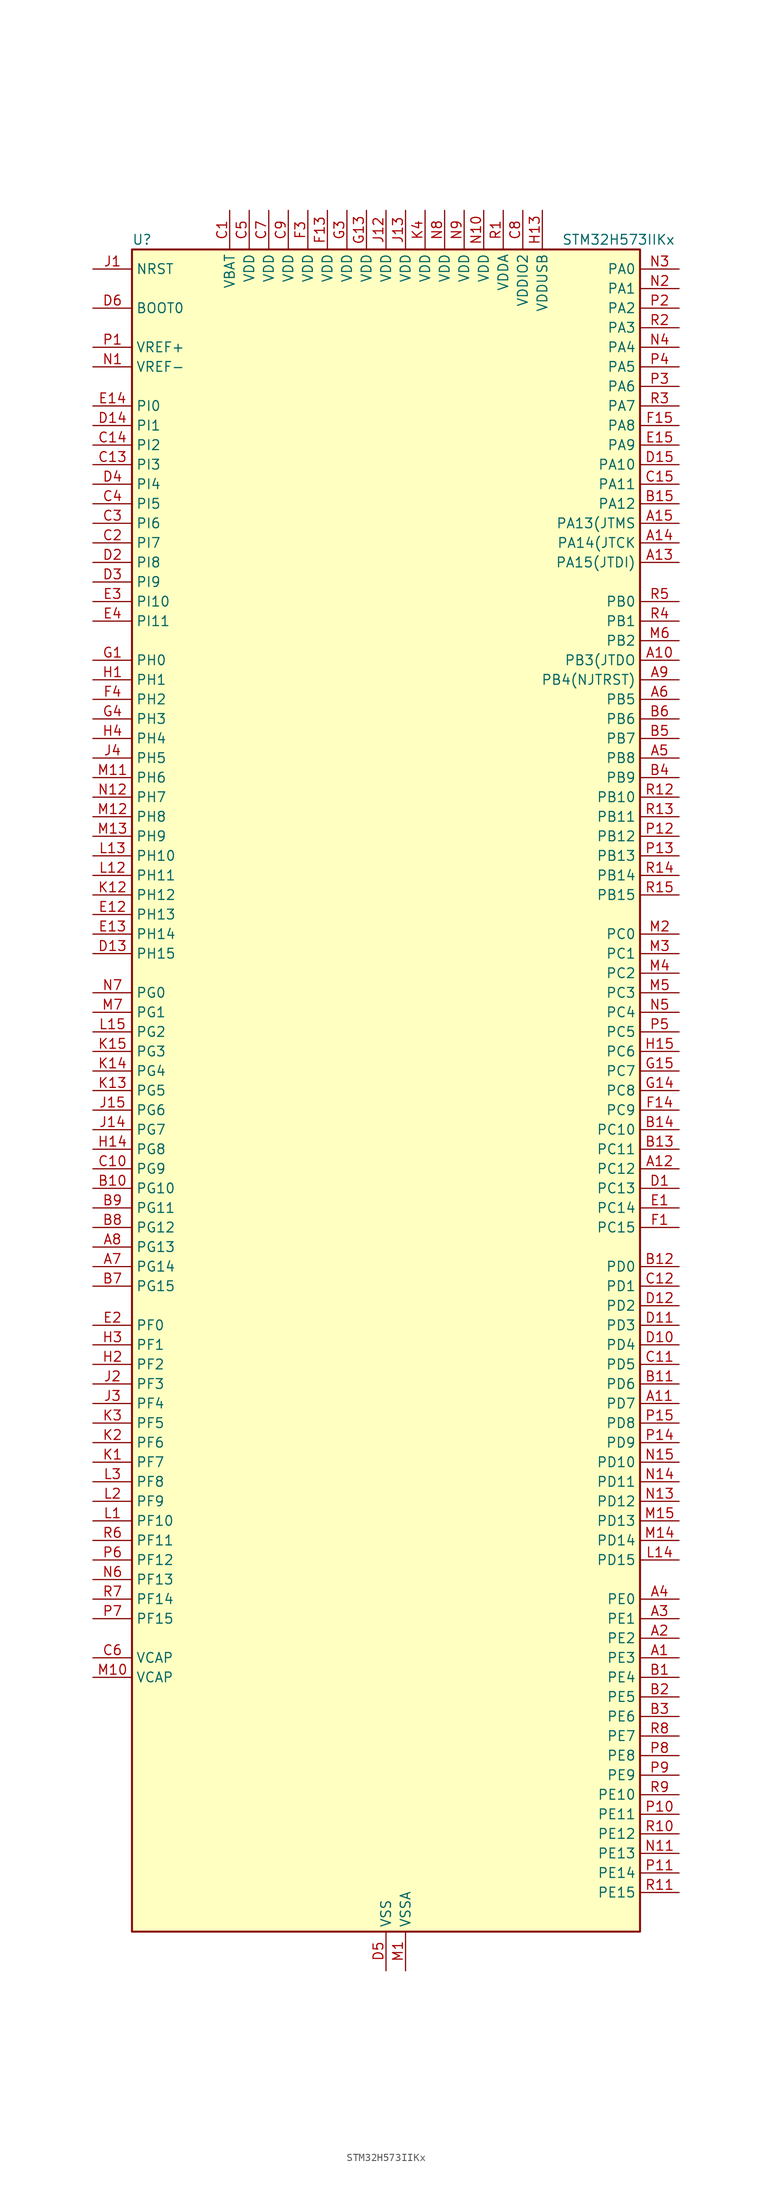
<source format=kicad_sym>
(kicad_symbol_lib
  (version 20231120)
  (generator "kicad_symbol_editor")
  (generator_version "8.0")
  (symbol "STM32H573IIKx"
    (property "Reference" "U"
      (at -33.02 110.49 0)
      (effects (font (size 1.27 1.27)) (justify left)))
    (property "Value" "STM32H573IIKx"
      (at 22.86 110.49 0)
      (effects (font (size 1.27 1.27)) (justify left)))
    (property "ki_locked" ""
      (at 0 0 0)
      (effects (font (size 1.27 1.27))))
    (symbol "STM32H573IIKx_0_1"
      (rectangle (start -33.02 -109.22) (end 33.02 109.22) (stroke (width 0.254) (type default)) (fill (type background))))
    (symbol "STM32H573IIKx_1_1"
      (pin bidirectional line (at 38.1 -73.66 180) (length 5.08) (name "PE3" (effects (font (size 1.27 1.27)))) (number "A1" (effects (font (size 1.27 1.27)))) (alternate "DEBUG_TRACED0" bidirectional line) (alternate "FMC_A19" bidirectional line) (alternate "SAI1_SD_B" bidirectional line) (alternate "TAMP_IN6" bidirectional line) (alternate "TAMP_OUT3" bidirectional line) (alternate "TIM15_BKIN" bidirectional line) (alternate "USART10_TX" bidirectional line))
      (pin bidirectional line (at 38.1 55.88 180) (length 5.08) (name "PB3(JTDO" (effects (font (size 1.27 1.27)))) (number "A10" (effects (font (size 1.27 1.27)))) (alternate "CRS_SYNC" bidirectional line) (alternate "DEBUG_JTDO-SWO" bidirectional line) (alternate "I2C2_SDA" bidirectional line) (alternate "I2S1_CK" bidirectional line) (alternate "I2S3_CK" bidirectional line) (alternate "LPTIM6_ETR" bidirectional line) (alternate "SDMMC2_D2" bidirectional line) (alternate "SPI1_SCK" bidirectional line) (alternate "SPI3_SCK" bidirectional line) (alternate "SPI6_SCK" bidirectional line) (alternate "TIM2_CH2" bidirectional line) (alternate "UART12_CTS" bidirectional line) (alternate "UART7_RX" bidirectional line))
      (pin bidirectional line (at 38.1 -40.64 180) (length 5.08) (name "PD7" (effects (font (size 1.27 1.27)))) (number "A11" (effects (font (size 1.27 1.27)))) (alternate "FMC_NCE" bidirectional line) (alternate "FMC_NE1" bidirectional line) (alternate "I2S1_SDO" bidirectional line) (alternate "LPTIM4_OUT" bidirectional line) (alternate "OCTOSPI1_IO7" bidirectional line) (alternate "SDMMC2_CMD" bidirectional line) (alternate "SPI1_MOSI" bidirectional line) (alternate "USART2_CK" bidirectional line))
      (pin bidirectional line (at 38.1 -10.16 180) (length 5.08) (name "PC12" (effects (font (size 1.27 1.27)))) (number "A12" (effects (font (size 1.27 1.27)))) (alternate "DCMI_D9" bidirectional line) (alternate "DEBUG_TRACED3" bidirectional line) (alternate "I2S3_SDO" bidirectional line) (alternate "PSSI_D9" bidirectional line) (alternate "SDMMC1_CK" bidirectional line) (alternate "SPI3_MOSI" bidirectional line) (alternate "SPI6_SCK" bidirectional line) (alternate "TIM15_CH1" bidirectional line) (alternate "UART5_TX" bidirectional line) (alternate "USART3_CK" bidirectional line))
      (pin bidirectional line (at 38.1 68.58 180) (length 5.08) (name "PA15(JTDI)" (effects (font (size 1.27 1.27)))) (number "A13" (effects (font (size 1.27 1.27)))) (alternate "ADC1_EXTI15" bidirectional line) (alternate "ADC2_EXTI15" bidirectional line) (alternate "CEC" bidirectional line) (alternate "DCMI_D11" bidirectional line) (alternate "DEBUG_JTDI" bidirectional line) (alternate "FMC_NBL1" bidirectional line) (alternate "I2S1_WS" bidirectional line) (alternate "I2S3_WS" bidirectional line) (alternate "LPTIM3_IN2" bidirectional line) (alternate "PSSI_D11" bidirectional line) (alternate "SPI1_NSS" bidirectional line) (alternate "SPI3_NSS" bidirectional line) (alternate "SPI6_NSS" bidirectional line) (alternate "TIM2_CH1" bidirectional line) (alternate "TIM2_ETR" bidirectional line) (alternate "UART4_DE" bidirectional line) (alternate "UART4_RTS" bidirectional line) (alternate "UART7_TX" bidirectional line))
      (pin bidirectional line (at 38.1 71.12 180) (length 5.08) (name "PA14(JTCK" (effects (font (size 1.27 1.27)))) (number "A14" (effects (font (size 1.27 1.27)))) (alternate "DEBUG_JTCK-SWCLK" bidirectional line))
      (pin bidirectional line (at 38.1 73.66 180) (length 5.08) (name "PA13(JTMS" (effects (font (size 1.27 1.27)))) (number "A15" (effects (font (size 1.27 1.27)))) (alternate "DEBUG_JTMS-SWDIO" bidirectional line))
      (pin bidirectional line (at 38.1 -71.12 180) (length 5.08) (name "PE2" (effects (font (size 1.27 1.27)))) (number "A2" (effects (font (size 1.27 1.27)))) (alternate "DCMI_D3" bidirectional line) (alternate "DEBUG_TRACECLK" bidirectional line) (alternate "ETH_TXD3" bidirectional line) (alternate "FMC_A23" bidirectional line) (alternate "LPTIM1_IN2" bidirectional line) (alternate "OCTOSPI1_IO2" bidirectional line) (alternate "PSSI_D3" bidirectional line) (alternate "SAI1_CK1" bidirectional line) (alternate "SAI1_MCLK_A" bidirectional line) (alternate "SPI4_SCK" bidirectional line) (alternate "UART8_TX" bidirectional line) (alternate "USART10_RX" bidirectional line))
      (pin bidirectional line (at 38.1 -68.58 180) (length 5.08) (name "PE1" (effects (font (size 1.27 1.27)))) (number "A3" (effects (font (size 1.27 1.27)))) (alternate "DCMI_D3" bidirectional line) (alternate "FDCAN1_TX" bidirectional line) (alternate "FMC_NBL1" bidirectional line) (alternate "LPTIM1_IN2" bidirectional line) (alternate "PSSI_D3" bidirectional line) (alternate "UART8_TX" bidirectional line))
      (pin bidirectional line (at 38.1 -66.04 180) (length 5.08) (name "PE0" (effects (font (size 1.27 1.27)))) (number "A4" (effects (font (size 1.27 1.27)))) (alternate "DCMI_D2" bidirectional line) (alternate "FDCAN1_RX" bidirectional line) (alternate "FMC_NBL0" bidirectional line) (alternate "LPTIM1_ETR" bidirectional line) (alternate "LPTIM2_CH2" bidirectional line) (alternate "LPTIM2_ETR" bidirectional line) (alternate "PSSI_D2" bidirectional line) (alternate "SAI2_MCLK_A" bidirectional line) (alternate "SPI3_RDY" bidirectional line) (alternate "TIM4_ETR" bidirectional line) (alternate "UART8_RX" bidirectional line))
      (pin bidirectional line (at 38.1 43.18 180) (length 5.08) (name "PB8" (effects (font (size 1.27 1.27)))) (number "A5" (effects (font (size 1.27 1.27)))) (alternate "DCMI_D6" bidirectional line) (alternate "ETH_TXD3" bidirectional line) (alternate "FDCAN1_RX" bidirectional line) (alternate "I2C1_SCL" bidirectional line) (alternate "I2C4_SCL" bidirectional line) (alternate "I3C1_SCL" bidirectional line) (alternate "PSSI_D6" bidirectional line) (alternate "SDMMC1_CKIN" bidirectional line) (alternate "SDMMC1_D4" bidirectional line) (alternate "SDMMC2_D4" bidirectional line) (alternate "SPI4_RDY" bidirectional line) (alternate "TIM16_CH1" bidirectional line) (alternate "TIM4_CH3" bidirectional line) (alternate "UART4_RX" bidirectional line))
      (pin bidirectional line (at 38.1 50.8 180) (length 5.08) (name "PB5" (effects (font (size 1.27 1.27)))) (number "A6" (effects (font (size 1.27 1.27)))) (alternate "DCMI_D10" bidirectional line) (alternate "ETH_PPS_OUT" bidirectional line) (alternate "FDCAN2_RX" bidirectional line) (alternate "FMC_SDCKE1" bidirectional line) (alternate "I2C1_SMBA" bidirectional line) (alternate "I2C4_SMBA" bidirectional line) (alternate "I2S1_SDO" bidirectional line) (alternate "I2S3_SDO" bidirectional line) (alternate "OCTOSPI1_NCLK" bidirectional line) (alternate "PSSI_D10" bidirectional line) (alternate "SPI1_MOSI" bidirectional line) (alternate "SPI3_MOSI" bidirectional line) (alternate "SPI6_MOSI" bidirectional line) (alternate "TIM17_BKIN" bidirectional line) (alternate "TIM3_CH2" bidirectional line) (alternate "UART5_RX" bidirectional line))
      (pin bidirectional line (at -38.1 -22.86 0) (length 5.08) (name "PG14" (effects (font (size 1.27 1.27)))) (number "A7" (effects (font (size 1.27 1.27)))) (alternate "DEBUG_TRACED1" bidirectional line) (alternate "ETH_TXD1" bidirectional line) (alternate "FMC_A25" bidirectional line) (alternate "LPTIM1_CH2" bidirectional line) (alternate "LPTIM1_ETR" bidirectional line) (alternate "LPTIM5_IN1" bidirectional line) (alternate "OCTOSPI1_IO7" bidirectional line) (alternate "SDMMC2_D7" bidirectional line) (alternate "SPI6_MOSI" bidirectional line) (alternate "USART10_RTS" bidirectional line) (alternate "USART6_TX" bidirectional line))
      (pin bidirectional line (at -38.1 -20.32 0) (length 5.08) (name "PG13" (effects (font (size 1.27 1.27)))) (number "A8" (effects (font (size 1.27 1.27)))) (alternate "DEBUG_TRACED0" bidirectional line) (alternate "ETH_TXD0" bidirectional line) (alternate "FMC_A24" bidirectional line) (alternate "LPTIM1_CH1" bidirectional line) (alternate "LPTIM5_CH2" bidirectional line) (alternate "SDMMC2_D6" bidirectional line) (alternate "SPI6_SCK" bidirectional line) (alternate "USART10_CTS" bidirectional line) (alternate "USART10_NSS" bidirectional line) (alternate "USART6_CTS" bidirectional line) (alternate "USART6_NSS" bidirectional line))
      (pin bidirectional line (at 38.1 53.34 180) (length 5.08) (name "PB4(NJTRST)" (effects (font (size 1.27 1.27)))) (number "A9" (effects (font (size 1.27 1.27)))) (alternate "DCMI_D7" bidirectional line) (alternate "DEBUG_JTRST" bidirectional line) (alternate "I2S1_SDI" bidirectional line) (alternate "I2S2_WS" bidirectional line) (alternate "I2S3_SDI" bidirectional line) (alternate "LPTIM1_CH2" bidirectional line) (alternate "OCTOSPI1_CLK" bidirectional line) (alternate "PSSI_D7" bidirectional line) (alternate "SDMMC2_D3" bidirectional line) (alternate "SPI1_MISO" bidirectional line) (alternate "SPI2_NSS" bidirectional line) (alternate "SPI3_MISO" bidirectional line) (alternate "SPI6_MISO" bidirectional line) (alternate "TIM16_BKIN" bidirectional line) (alternate "TIM3_CH1" bidirectional line) (alternate "UART7_TX" bidirectional line))
      (pin bidirectional line (at 38.1 -76.2 180) (length 5.08) (name "PE4" (effects (font (size 1.27 1.27)))) (number "B1" (effects (font (size 1.27 1.27)))) (alternate "DCMI_D4" bidirectional line) (alternate "DEBUG_TRACED1" bidirectional line) (alternate "FMC_A20" bidirectional line) (alternate "PSSI_D4" bidirectional line) (alternate "SAI1_D2" bidirectional line) (alternate "SAI1_FS_A" bidirectional line) (alternate "SPI4_NSS" bidirectional line) (alternate "TAMP_IN7" bidirectional line) (alternate "TAMP_OUT8" bidirectional line) (alternate "TIM15_CH1N" bidirectional line))
      (pin bidirectional line (at -38.1 -12.7 0) (length 5.08) (name "PG10" (effects (font (size 1.27 1.27)))) (number "B10" (effects (font (size 1.27 1.27)))) (alternate "DCMI_D2" bidirectional line) (alternate "FMC_NE3" bidirectional line) (alternate "I2S1_WS" bidirectional line) (alternate "PSSI_D2" bidirectional line) (alternate "SAI2_SD_B" bidirectional line) (alternate "SDMMC2_D1" bidirectional line) (alternate "SPI1_NSS" bidirectional line))
      (pin bidirectional line (at 38.1 -38.1 180) (length 5.08) (name "PD6" (effects (font (size 1.27 1.27)))) (number "B11" (effects (font (size 1.27 1.27)))) (alternate "DCMI_D10" bidirectional line) (alternate "FMC_NWAIT" bidirectional line) (alternate "I2S3_SDO" bidirectional line) (alternate "OCTOSPI1_IO6" bidirectional line) (alternate "PSSI_D10" bidirectional line) (alternate "SAI1_D1" bidirectional line) (alternate "SAI1_SD_A" bidirectional line) (alternate "SDMMC2_CK" bidirectional line) (alternate "SPI3_MOSI" bidirectional line) (alternate "USART2_RX" bidirectional line))
      (pin bidirectional line (at 38.1 -22.86 180) (length 5.08) (name "PD0" (effects (font (size 1.27 1.27)))) (number "B12" (effects (font (size 1.27 1.27)))) (alternate "FDCAN1_RX" bidirectional line) (alternate "FMC_D2" bidirectional line) (alternate "FMC_DA2" bidirectional line) (alternate "TIM8_CH4N" bidirectional line) (alternate "UART4_RX" bidirectional line) (alternate "UART9_CTS" bidirectional line))
      (pin bidirectional line (at 38.1 -7.62 180) (length 5.08) (name "PC11" (effects (font (size 1.27 1.27)))) (number "B13" (effects (font (size 1.27 1.27)))) (alternate "ADC1_EXTI11" bidirectional line) (alternate "ADC2_EXTI11" bidirectional line) (alternate "DCMI_D4" bidirectional line) (alternate "I2S3_SDI" bidirectional line) (alternate "LPTIM3_IN1" bidirectional line) (alternate "OCTOSPI1_NCS" bidirectional line) (alternate "PSSI_D4" bidirectional line) (alternate "SDMMC1_D3" bidirectional line) (alternate "SPI3_MISO" bidirectional line) (alternate "UART4_RX" bidirectional line) (alternate "USART3_RX" bidirectional line))
      (pin bidirectional line (at 38.1 -5.08 180) (length 5.08) (name "PC10" (effects (font (size 1.27 1.27)))) (number "B14" (effects (font (size 1.27 1.27)))) (alternate "DCMI_D8" bidirectional line) (alternate "ETH_TXD0" bidirectional line) (alternate "I2S3_CK" bidirectional line) (alternate "LPTIM3_ETR" bidirectional line) (alternate "OCTOSPI1_IO1" bidirectional line) (alternate "PSSI_D8" bidirectional line) (alternate "SDMMC1_D2" bidirectional line) (alternate "SPI3_SCK" bidirectional line) (alternate "UART4_TX" bidirectional line) (alternate "USART3_TX" bidirectional line))
      (pin bidirectional line (at 38.1 76.2 180) (length 5.08) (name "PA12" (effects (font (size 1.27 1.27)))) (number "B15" (effects (font (size 1.27 1.27)))) (alternate "FDCAN1_TX" bidirectional line) (alternate "I2S2_CK" bidirectional line) (alternate "LPUART1_RTS" bidirectional line) (alternate "SAI2_FS_B" bidirectional line) (alternate "SPI2_SCK" bidirectional line) (alternate "TIM1_ETR" bidirectional line) (alternate "UART4_TX" bidirectional line) (alternate "USART1_RTS" bidirectional line) (alternate "USB_DP" bidirectional line))
      (pin bidirectional line (at 38.1 -78.74 180) (length 5.08) (name "PE5" (effects (font (size 1.27 1.27)))) (number "B2" (effects (font (size 1.27 1.27)))) (alternate "DCMI_D6" bidirectional line) (alternate "DEBUG_TRACED2" bidirectional line) (alternate "FMC_A21" bidirectional line) (alternate "PSSI_D6" bidirectional line) (alternate "SAI1_CK2" bidirectional line) (alternate "SAI1_SCK_A" bidirectional line) (alternate "SPI4_MISO" bidirectional line) (alternate "TAMP_IN8" bidirectional line) (alternate "TAMP_OUT7" bidirectional line) (alternate "TIM15_CH1" bidirectional line))
      (pin bidirectional line (at 38.1 -81.28 180) (length 5.08) (name "PE6" (effects (font (size 1.27 1.27)))) (number "B3" (effects (font (size 1.27 1.27)))) (alternate "DCMI_D7" bidirectional line) (alternate "DEBUG_TRACED3" bidirectional line) (alternate "FMC_A22" bidirectional line) (alternate "PSSI_D7" bidirectional line) (alternate "SAI1_D1" bidirectional line) (alternate "SAI1_SD_A" bidirectional line) (alternate "SAI2_MCLK_B" bidirectional line) (alternate "SPI4_MOSI" bidirectional line) (alternate "TAMP_IN3" bidirectional line) (alternate "TAMP_OUT6" bidirectional line) (alternate "TIM15_CH2" bidirectional line) (alternate "TIM1_BKIN2" bidirectional line))
      (pin bidirectional line (at 38.1 40.64 180) (length 5.08) (name "PB9" (effects (font (size 1.27 1.27)))) (number "B4" (effects (font (size 1.27 1.27)))) (alternate "DAC1_EXTI9" bidirectional line) (alternate "DCMI_D7" bidirectional line) (alternate "FDCAN1_TX" bidirectional line) (alternate "I2C1_SDA" bidirectional line) (alternate "I2C4_SDA" bidirectional line) (alternate "I2S2_WS" bidirectional line) (alternate "I3C1_SDA" bidirectional line) (alternate "PSSI_D7" bidirectional line) (alternate "SDMMC1_CDIR" bidirectional line) (alternate "SDMMC1_D5" bidirectional line) (alternate "SDMMC2_CKIN" bidirectional line) (alternate "SDMMC2_D5" bidirectional line) (alternate "SPI2_NSS" bidirectional line) (alternate "TIM17_CH1" bidirectional line) (alternate "TIM4_CH4" bidirectional line) (alternate "UART4_TX" bidirectional line))
      (pin bidirectional line (at 38.1 45.72 180) (length 5.08) (name "PB7" (effects (font (size 1.27 1.27)))) (number "B5" (effects (font (size 1.27 1.27)))) (alternate "DCMI_VSYNC" bidirectional line) (alternate "FDCAN1_TX" bidirectional line) (alternate "FMC_NL" bidirectional line) (alternate "I2C1_SDA" bidirectional line) (alternate "I2C4_SDA" bidirectional line) (alternate "I3C1_SDA" bidirectional line) (alternate "LPUART1_RX" bidirectional line) (alternate "PSSI_RDY" bidirectional line) (alternate "PWR_WKUP5" bidirectional line) (alternate "SDMMC2_CKIN" bidirectional line) (alternate "SDMMC2_D5" bidirectional line) (alternate "TIM17_CH1N" bidirectional line) (alternate "TIM4_CH2" bidirectional line) (alternate "USART1_RX" bidirectional line))
      (pin bidirectional line (at 38.1 48.26 180) (length 5.08) (name "PB6" (effects (font (size 1.27 1.27)))) (number "B6" (effects (font (size 1.27 1.27)))) (alternate "CEC" bidirectional line) (alternate "DCMI_D5" bidirectional line) (alternate "FDCAN2_TX" bidirectional line) (alternate "FMC_SDNE1" bidirectional line) (alternate "I2C1_SCL" bidirectional line) (alternate "I2C4_SCL" bidirectional line) (alternate "I3C1_SCL" bidirectional line) (alternate "LPUART1_TX" bidirectional line) (alternate "OCTOSPI1_NCS" bidirectional line) (alternate "PSSI_D5" bidirectional line) (alternate "TIM16_CH1N" bidirectional line) (alternate "TIM4_CH1" bidirectional line) (alternate "UART5_TX" bidirectional line) (alternate "USART1_TX" bidirectional line))
      (pin bidirectional line (at -38.1 -25.4 0) (length 5.08) (name "PG15" (effects (font (size 1.27 1.27)))) (number "B7" (effects (font (size 1.27 1.27)))) (alternate "ADC1_EXTI15" bidirectional line) (alternate "ADC2_EXTI15" bidirectional line) (alternate "DCMI_D13" bidirectional line) (alternate "FMC_SDNCAS" bidirectional line) (alternate "PSSI_D13" bidirectional line) (alternate "SPI4_RDY" bidirectional line) (alternate "USART10_CK" bidirectional line) (alternate "USART6_CTS" bidirectional line) (alternate "USART6_NSS" bidirectional line))
      (pin bidirectional line (at -38.1 -17.78 0) (length 5.08) (name "PG12" (effects (font (size 1.27 1.27)))) (number "B8" (effects (font (size 1.27 1.27)))) (alternate "DCMI_D11" bidirectional line) (alternate "ETH_TXD1" bidirectional line) (alternate "FMC_NE4" bidirectional line) (alternate "LPTIM1_IN1" bidirectional line) (alternate "LPTIM5_CH1" bidirectional line) (alternate "PSSI_D11" bidirectional line) (alternate "PSSI_D15" bidirectional line) (alternate "SDMMC2_D3" bidirectional line) (alternate "SPI6_MISO" bidirectional line) (alternate "USART10_TX" bidirectional line) (alternate "USART6_RTS" bidirectional line))
      (pin bidirectional line (at -38.1 -15.24 0) (length 5.08) (name "PG11" (effects (font (size 1.27 1.27)))) (number "B9" (effects (font (size 1.27 1.27)))) (alternate "ADC1_EXTI11" bidirectional line) (alternate "ADC2_EXTI11" bidirectional line) (alternate "DCMI_D3" bidirectional line) (alternate "ETH_TX_EN" bidirectional line) (alternate "I2S1_CK" bidirectional line) (alternate "LPTIM1_IN2" bidirectional line) (alternate "PSSI_D3" bidirectional line) (alternate "SDMMC2_D2" bidirectional line) (alternate "SPI1_SCK" bidirectional line) (alternate "USART10_RX" bidirectional line) (alternate "USART11_RTS" bidirectional line))
      (pin power_in line (at -20.32 114.3 270) (length 5.08) (name "VBAT" (effects (font (size 1.27 1.27)))) (number "C1" (effects (font (size 1.27 1.27)))))
      (pin bidirectional line (at -38.1 -10.16 0) (length 5.08) (name "PG9" (effects (font (size 1.27 1.27)))) (number "C10" (effects (font (size 1.27 1.27)))) (alternate "DAC1_EXTI9" bidirectional line) (alternate "DCMI_VSYNC" bidirectional line) (alternate "FMC_NCE" bidirectional line) (alternate "FMC_NE2" bidirectional line) (alternate "I2S1_SDI" bidirectional line) (alternate "OCTOSPI1_IO6" bidirectional line) (alternate "PSSI_RDY" bidirectional line) (alternate "SAI2_FS_B" bidirectional line) (alternate "SDMMC2_D0" bidirectional line) (alternate "SPI1_MISO" bidirectional line) (alternate "USART6_RX" bidirectional line))
      (pin bidirectional line (at 38.1 -35.56 180) (length 5.08) (name "PD5" (effects (font (size 1.27 1.27)))) (number "C11" (effects (font (size 1.27 1.27)))) (alternate "FDCAN1_TX" bidirectional line) (alternate "FMC_NWE" bidirectional line) (alternate "OCTOSPI1_IO5" bidirectional line) (alternate "SPI2_RDY" bidirectional line) (alternate "TIM1_CH4N" bidirectional line) (alternate "USART2_TX" bidirectional line))
      (pin bidirectional line (at 38.1 -25.4 180) (length 5.08) (name "PD1" (effects (font (size 1.27 1.27)))) (number "C12" (effects (font (size 1.27 1.27)))) (alternate "FDCAN1_TX" bidirectional line) (alternate "FMC_D3" bidirectional line) (alternate "FMC_DA3" bidirectional line) (alternate "UART4_TX" bidirectional line))
      (pin bidirectional line (at -38.1 81.28 0) (length 5.08) (name "PI3" (effects (font (size 1.27 1.27)))) (number "C13" (effects (font (size 1.27 1.27)))) (alternate "DCMI_D10" bidirectional line) (alternate "I2S2_SDO" bidirectional line) (alternate "PSSI_D10" bidirectional line) (alternate "SPI2_MOSI" bidirectional line) (alternate "TIM8_ETR" bidirectional line))
      (pin bidirectional line (at -38.1 83.82 0) (length 5.08) (name "PI2" (effects (font (size 1.27 1.27)))) (number "C14" (effects (font (size 1.27 1.27)))) (alternate "DCMI_D9" bidirectional line) (alternate "I2S2_SDI" bidirectional line) (alternate "PSSI_D9" bidirectional line) (alternate "SPI2_MISO" bidirectional line) (alternate "TIM8_CH4" bidirectional line))
      (pin bidirectional line (at 38.1 78.74 180) (length 5.08) (name "PA11" (effects (font (size 1.27 1.27)))) (number "C15" (effects (font (size 1.27 1.27)))) (alternate "ADC1_EXTI11" bidirectional line) (alternate "ADC2_EXTI11" bidirectional line) (alternate "FDCAN1_RX" bidirectional line) (alternate "I2S2_WS" bidirectional line) (alternate "LPUART1_CTS" bidirectional line) (alternate "SPI2_NSS" bidirectional line) (alternate "TIM1_CH4" bidirectional line) (alternate "UART4_RX" bidirectional line) (alternate "USART1_CTS" bidirectional line) (alternate "USART1_NSS" bidirectional line) (alternate "USB_DM" bidirectional line))
      (pin bidirectional line (at -38.1 71.12 0) (length 5.08) (name "PI7" (effects (font (size 1.27 1.27)))) (number "C2" (effects (font (size 1.27 1.27)))) (alternate "DCMI_D7" bidirectional line) (alternate "PSSI_D7" bidirectional line) (alternate "SAI2_FS_A" bidirectional line) (alternate "TIM8_CH3" bidirectional line))
      (pin bidirectional line (at -38.1 73.66 0) (length 5.08) (name "PI6" (effects (font (size 1.27 1.27)))) (number "C3" (effects (font (size 1.27 1.27)))) (alternate "DCMI_D6" bidirectional line) (alternate "PSSI_D6" bidirectional line) (alternate "SAI2_SD_A" bidirectional line) (alternate "TIM8_CH2" bidirectional line))
      (pin bidirectional line (at -38.1 76.2 0) (length 5.08) (name "PI5" (effects (font (size 1.27 1.27)))) (number "C4" (effects (font (size 1.27 1.27)))) (alternate "DCMI_VSYNC" bidirectional line) (alternate "PSSI_RDY" bidirectional line) (alternate "SAI2_SCK_A" bidirectional line) (alternate "TIM8_CH1" bidirectional line))
      (pin power_in line (at -17.78 114.3 270) (length 5.08) (name "VDD" (effects (font (size 1.27 1.27)))) (number "C5" (effects (font (size 1.27 1.27)))))
      (pin power_out line (at -38.1 -73.66 0) (length 5.08) (name "VCAP" (effects (font (size 1.27 1.27)))) (number "C6" (effects (font (size 1.27 1.27)))))
      (pin power_in line (at -15.24 114.3 270) (length 5.08) (name "VDD" (effects (font (size 1.27 1.27)))) (number "C7" (effects (font (size 1.27 1.27)))))
      (pin power_in line (at 17.78 114.3 270) (length 5.08) (name "VDDIO2" (effects (font (size 1.27 1.27)))) (number "C8" (effects (font (size 1.27 1.27)))))
      (pin power_in line (at -12.7 114.3 270) (length 5.08) (name "VDD" (effects (font (size 1.27 1.27)))) (number "C9" (effects (font (size 1.27 1.27)))))
      (pin bidirectional line (at 38.1 -12.7 180) (length 5.08) (name "PC13" (effects (font (size 1.27 1.27)))) (number "D1" (effects (font (size 1.27 1.27)))) (alternate "PWR_WKUP4" bidirectional line) (alternate "RTC_OUT1" bidirectional line) (alternate "RTC_TS" bidirectional line) (alternate "TAMP_IN1" bidirectional line) (alternate "TAMP_OUT2" bidirectional line) (alternate "TAMP_OUT3" bidirectional line))
      (pin bidirectional line (at 38.1 -33.02 180) (length 5.08) (name "PD4" (effects (font (size 1.27 1.27)))) (number "D10" (effects (font (size 1.27 1.27)))) (alternate "FMC_NOE" bidirectional line) (alternate "OCTOSPI1_IO4" bidirectional line) (alternate "USART2_RTS" bidirectional line))
      (pin bidirectional line (at 38.1 -30.48 180) (length 5.08) (name "PD3" (effects (font (size 1.27 1.27)))) (number "D11" (effects (font (size 1.27 1.27)))) (alternate "DCMI_D5" bidirectional line) (alternate "FMC_CLK" bidirectional line) (alternate "I2S2_CK" bidirectional line) (alternate "PSSI_D5" bidirectional line) (alternate "PWR_WKUP8" bidirectional line) (alternate "SPI2_SCK" bidirectional line) (alternate "USART2_CTS" bidirectional line) (alternate "USART2_NSS" bidirectional line))
      (pin bidirectional line (at 38.1 -27.94 180) (length 5.08) (name "PD2" (effects (font (size 1.27 1.27)))) (number "D12" (effects (font (size 1.27 1.27)))) (alternate "DCMI_D11" bidirectional line) (alternate "DEBUG_TRACED2" bidirectional line) (alternate "LPTIM4_ETR" bidirectional line) (alternate "PSSI_D11" bidirectional line) (alternate "PWR_WKUP7" bidirectional line) (alternate "SDMMC1_CMD" bidirectional line) (alternate "TIM15_BKIN" bidirectional line) (alternate "TIM3_ETR" bidirectional line) (alternate "UART5_RX" bidirectional line))
      (pin bidirectional line (at -38.1 17.78 0) (length 5.08) (name "PH15" (effects (font (size 1.27 1.27)))) (number "D13" (effects (font (size 1.27 1.27)))) (alternate "ADC1_EXTI15" bidirectional line) (alternate "ADC2_EXTI15" bidirectional line) (alternate "DCMI_D11" bidirectional line) (alternate "PSSI_D11" bidirectional line) (alternate "TIM8_CH3N" bidirectional line))
      (pin bidirectional line (at -38.1 86.36 0) (length 5.08) (name "PI1" (effects (font (size 1.27 1.27)))) (number "D14" (effects (font (size 1.27 1.27)))) (alternate "DCMI_D8" bidirectional line) (alternate "I2S2_CK" bidirectional line) (alternate "PSSI_D8" bidirectional line) (alternate "SPI2_SCK" bidirectional line) (alternate "TIM8_BKIN2" bidirectional line))
      (pin bidirectional line (at 38.1 81.28 180) (length 5.08) (name "PA10" (effects (font (size 1.27 1.27)))) (number "D15" (effects (font (size 1.27 1.27)))) (alternate "DCMI_D1" bidirectional line) (alternate "FDCAN2_TX" bidirectional line) (alternate "LPTIM2_IN2" bidirectional line) (alternate "LPUART1_RX" bidirectional line) (alternate "PSSI_D1" bidirectional line) (alternate "SDMMC1_D0" bidirectional line) (alternate "TIM1_CH3" bidirectional line) (alternate "UCPD1_FRSTX" bidirectional line) (alternate "USART1_RX" bidirectional line))
      (pin bidirectional line (at -38.1 68.58 0) (length 5.08) (name "PI8" (effects (font (size 1.27 1.27)))) (number "D2" (effects (font (size 1.27 1.27)))) (alternate "PWR_WKUP3" bidirectional line) (alternate "RTC_OUT2" bidirectional line) (alternate "TAMP_IN2" bidirectional line) (alternate "TAMP_OUT3" bidirectional line))
      (pin bidirectional line (at -38.1 66.04 0) (length 5.08) (name "PI9" (effects (font (size 1.27 1.27)))) (number "D3" (effects (font (size 1.27 1.27)))) (alternate "DAC1_EXTI9" bidirectional line) (alternate "FDCAN1_RX" bidirectional line) (alternate "UART4_RX" bidirectional line))
      (pin bidirectional line (at -38.1 78.74 0) (length 5.08) (name "PI4" (effects (font (size 1.27 1.27)))) (number "D4" (effects (font (size 1.27 1.27)))) (alternate "DCMI_D5" bidirectional line) (alternate "PSSI_D5" bidirectional line) (alternate "SAI2_MCLK_A" bidirectional line) (alternate "SPI2_RDY" bidirectional line) (alternate "TIM8_BKIN" bidirectional line))
      (pin power_in line (at 0 -114.3 90) (length 5.08) (name "VSS" (effects (font (size 1.27 1.27)))) (number "D5" (effects (font (size 1.27 1.27)))))
      (pin input line (at -38.1 101.6 0) (length 5.08) (name "BOOT0" (effects (font (size 1.27 1.27)))) (number "D6" (effects (font (size 1.27 1.27)))))
      (pin passive line (at 0 -114.3 90) (length 5.08) hide (name "VSS" (effects (font (size 1.27 1.27)))) (number "D7" (effects (font (size 1.27 1.27)))))
      (pin passive line (at 0 -114.3 90) (length 5.08) hide (name "VSS" (effects (font (size 1.27 1.27)))) (number "D8" (effects (font (size 1.27 1.27)))))
      (pin passive line (at 0 -114.3 90) (length 5.08) hide (name "VSS" (effects (font (size 1.27 1.27)))) (number "D9" (effects (font (size 1.27 1.27)))))
      (pin bidirectional line (at 38.1 -15.24 180) (length 5.08) (name "PC14" (effects (font (size 1.27 1.27)))) (number "E1" (effects (font (size 1.27 1.27)))) (alternate "RCC_OSC32_IN" bidirectional line))
      (pin bidirectional line (at -38.1 22.86 0) (length 5.08) (name "PH13" (effects (font (size 1.27 1.27)))) (number "E12" (effects (font (size 1.27 1.27)))) (alternate "DCMI_D3" bidirectional line) (alternate "FDCAN1_TX" bidirectional line) (alternate "LPTIM1_IN2" bidirectional line) (alternate "PSSI_D3" bidirectional line) (alternate "TIM8_CH1N" bidirectional line) (alternate "UART4_TX" bidirectional line) (alternate "UART8_TX" bidirectional line))
      (pin bidirectional line (at -38.1 20.32 0) (length 5.08) (name "PH14" (effects (font (size 1.27 1.27)))) (number "E13" (effects (font (size 1.27 1.27)))) (alternate "DCMI_D4" bidirectional line) (alternate "FDCAN1_RX" bidirectional line) (alternate "PSSI_D4" bidirectional line) (alternate "TIM8_CH2N" bidirectional line) (alternate "UART4_RX" bidirectional line))
      (pin bidirectional line (at -38.1 88.9 0) (length 5.08) (name "PI0" (effects (font (size 1.27 1.27)))) (number "E14" (effects (font (size 1.27 1.27)))) (alternate "DCMI_D13" bidirectional line) (alternate "I2S2_WS" bidirectional line) (alternate "PSSI_D13" bidirectional line) (alternate "SPI2_NSS" bidirectional line) (alternate "TIM5_CH4" bidirectional line))
      (pin bidirectional line (at 38.1 83.82 180) (length 5.08) (name "PA9" (effects (font (size 1.27 1.27)))) (number "E15" (effects (font (size 1.27 1.27)))) (alternate "DAC1_EXTI9" bidirectional line) (alternate "DCMI_D0" bidirectional line) (alternate "ETH_TX_ER" bidirectional line) (alternate "FMC_NWE" bidirectional line) (alternate "I2C3_SMBA" bidirectional line) (alternate "I2S2_CK" bidirectional line) (alternate "LPUART1_TX" bidirectional line) (alternate "PSSI_D0" bidirectional line) (alternate "SPI2_SCK" bidirectional line) (alternate "TIM1_CH2" bidirectional line) (alternate "UCPD1_DB1" bidirectional line) (alternate "USART1_TX" bidirectional line))
      (pin bidirectional line (at -38.1 -30.48 0) (length 5.08) (name "PF0" (effects (font (size 1.27 1.27)))) (number "E2" (effects (font (size 1.27 1.27)))) (alternate "FMC_A0" bidirectional line) (alternate "I2C2_SDA" bidirectional line) (alternate "LPTIM5_CH1" bidirectional line))
      (pin bidirectional line (at -38.1 63.5 0) (length 5.08) (name "PI10" (effects (font (size 1.27 1.27)))) (number "E3" (effects (font (size 1.27 1.27)))) (alternate "ETH_RX_ER" bidirectional line) (alternate "FDCAN1_RX" bidirectional line) (alternate "PSSI_D14" bidirectional line))
      (pin bidirectional line (at -38.1 60.96 0) (length 5.08) (name "PI11" (effects (font (size 1.27 1.27)))) (number "E4" (effects (font (size 1.27 1.27)))) (alternate "ADC1_EXTI11" bidirectional line) (alternate "ADC2_EXTI11" bidirectional line) (alternate "PSSI_D15" bidirectional line) (alternate "TAMP_IN4" bidirectional line) (alternate "TAMP_OUT5" bidirectional line))
      (pin bidirectional line (at 38.1 -17.78 180) (length 5.08) (name "PC15" (effects (font (size 1.27 1.27)))) (number "F1" (effects (font (size 1.27 1.27)))) (alternate "ADC1_EXTI15" bidirectional line) (alternate "ADC2_EXTI15" bidirectional line) (alternate "RCC_OSC32_OUT" bidirectional line))
      (pin passive line (at 0 -114.3 90) (length 5.08) hide (name "VSS" (effects (font (size 1.27 1.27)))) (number "F10" (effects (font (size 1.27 1.27)))))
      (pin passive line (at 0 -114.3 90) (length 5.08) hide (name "VSS" (effects (font (size 1.27 1.27)))) (number "F12" (effects (font (size 1.27 1.27)))))
      (pin power_in line (at -7.62 114.3 270) (length 5.08) (name "VDD" (effects (font (size 1.27 1.27)))) (number "F13" (effects (font (size 1.27 1.27)))))
      (pin bidirectional line (at 38.1 -2.54 180) (length 5.08) (name "PC9" (effects (font (size 1.27 1.27)))) (number "F14" (effects (font (size 1.27 1.27)))) (alternate "AUDIOCLK" bidirectional line) (alternate "DAC1_EXTI9" bidirectional line) (alternate "DCMI_D3" bidirectional line) (alternate "FMC_CLE" bidirectional line) (alternate "I2C3_SDA" bidirectional line) (alternate "OCTOSPI1_IO0" bidirectional line) (alternate "PSSI_D3" bidirectional line) (alternate "RCC_MCO_2" bidirectional line) (alternate "SDMMC1_D1" bidirectional line) (alternate "TIM3_CH4" bidirectional line) (alternate "TIM8_CH4" bidirectional line) (alternate "UART5_CTS" bidirectional line) (alternate "UCPD1_DB2" bidirectional line))
      (pin bidirectional line (at 38.1 86.36 180) (length 5.08) (name "PA8" (effects (font (size 1.27 1.27)))) (number "F15" (effects (font (size 1.27 1.27)))) (alternate "DCMI_D3" bidirectional line) (alternate "FMC_NOE" bidirectional line) (alternate "I2C3_SCL" bidirectional line) (alternate "PSSI_D3" bidirectional line) (alternate "RCC_MCO_1" bidirectional line) (alternate "SPI1_RDY" bidirectional line) (alternate "TIM1_CH1" bidirectional line) (alternate "TIM8_BKIN2" bidirectional line) (alternate "UART7_RX" bidirectional line) (alternate "USART1_CK" bidirectional line) (alternate "USB_SOF" bidirectional line))
      (pin passive line (at 0 -114.3 90) (length 5.08) hide (name "VSS" (effects (font (size 1.27 1.27)))) (number "F2" (effects (font (size 1.27 1.27)))))
      (pin power_in line (at -10.16 114.3 270) (length 5.08) (name "VDD" (effects (font (size 1.27 1.27)))) (number "F3" (effects (font (size 1.27 1.27)))))
      (pin bidirectional line (at -38.1 50.8 0) (length 5.08) (name "PH2" (effects (font (size 1.27 1.27)))) (number "F4" (effects (font (size 1.27 1.27)))) (alternate "ETH_CRS" bidirectional line) (alternate "FMC_SDCKE0" bidirectional line) (alternate "LPTIM1_IN2" bidirectional line) (alternate "OCTOSPI1_IO4" bidirectional line) (alternate "SAI2_SCK_B" bidirectional line))
      (pin passive line (at 0 -114.3 90) (length 5.08) hide (name "VSS" (effects (font (size 1.27 1.27)))) (number "F6" (effects (font (size 1.27 1.27)))))
      (pin passive line (at 0 -114.3 90) (length 5.08) hide (name "VSS" (effects (font (size 1.27 1.27)))) (number "F7" (effects (font (size 1.27 1.27)))))
      (pin passive line (at 0 -114.3 90) (length 5.08) hide (name "VSS" (effects (font (size 1.27 1.27)))) (number "F8" (effects (font (size 1.27 1.27)))))
      (pin passive line (at 0 -114.3 90) (length 5.08) hide (name "VSS" (effects (font (size 1.27 1.27)))) (number "F9" (effects (font (size 1.27 1.27)))))
      (pin bidirectional line (at -38.1 55.88 0) (length 5.08) (name "PH0" (effects (font (size 1.27 1.27)))) (number "G1" (effects (font (size 1.27 1.27)))) (alternate "RCC_OSC_IN" bidirectional line))
      (pin passive line (at 0 -114.3 90) (length 5.08) hide (name "VSS" (effects (font (size 1.27 1.27)))) (number "G10" (effects (font (size 1.27 1.27)))))
      (pin passive line (at 0 -114.3 90) (length 5.08) hide (name "VSS" (effects (font (size 1.27 1.27)))) (number "G12" (effects (font (size 1.27 1.27)))))
      (pin power_in line (at -2.54 114.3 270) (length 5.08) (name "VDD" (effects (font (size 1.27 1.27)))) (number "G13" (effects (font (size 1.27 1.27)))))
      (pin bidirectional line (at 38.1 0 180) (length 5.08) (name "PC8" (effects (font (size 1.27 1.27)))) (number "G14" (effects (font (size 1.27 1.27)))) (alternate "DCMI_D2" bidirectional line) (alternate "DEBUG_TRACED1" bidirectional line) (alternate "FMC_ALE" bidirectional line) (alternate "FMC_INT" bidirectional line) (alternate "FMC_NCE" bidirectional line) (alternate "FMC_NE2" bidirectional line) (alternate "PSSI_D2" bidirectional line) (alternate "SDMMC1_D0" bidirectional line) (alternate "TIM3_CH3" bidirectional line) (alternate "TIM8_CH3" bidirectional line) (alternate "UART5_DE" bidirectional line) (alternate "UART5_RTS" bidirectional line) (alternate "USART6_CK" bidirectional line))
      (pin bidirectional line (at 38.1 2.54 180) (length 5.08) (name "PC7" (effects (font (size 1.27 1.27)))) (number "G15" (effects (font (size 1.27 1.27)))) (alternate "DCMI_D1" bidirectional line) (alternate "DEBUG_TRGIO" bidirectional line) (alternate "FMC_NE1" bidirectional line) (alternate "I2S3_MCK" bidirectional line) (alternate "OCTOSPI1_IO6" bidirectional line) (alternate "PSSI_D1" bidirectional line) (alternate "SDMMC1_D123DIR" bidirectional line) (alternate "SDMMC1_D7" bidirectional line) (alternate "SDMMC2_D7" bidirectional line) (alternate "TIM3_CH2" bidirectional line) (alternate "TIM8_CH2" bidirectional line) (alternate "USART6_RX" bidirectional line))
      (pin passive line (at 0 -114.3 90) (length 5.08) hide (name "VSS" (effects (font (size 1.27 1.27)))) (number "G2" (effects (font (size 1.27 1.27)))))
      (pin power_in line (at -5.08 114.3 270) (length 5.08) (name "VDD" (effects (font (size 1.27 1.27)))) (number "G3" (effects (font (size 1.27 1.27)))))
      (pin bidirectional line (at -38.1 48.26 0) (length 5.08) (name "PH3" (effects (font (size 1.27 1.27)))) (number "G4" (effects (font (size 1.27 1.27)))) (alternate "ETH_COL" bidirectional line) (alternate "FMC_SDNE0" bidirectional line) (alternate "OCTOSPI1_IO5" bidirectional line) (alternate "SAI2_MCLK_B" bidirectional line))
      (pin passive line (at 0 -114.3 90) (length 5.08) hide (name "VSS" (effects (font (size 1.27 1.27)))) (number "G6" (effects (font (size 1.27 1.27)))))
      (pin passive line (at 0 -114.3 90) (length 5.08) hide (name "VSS" (effects (font (size 1.27 1.27)))) (number "G7" (effects (font (size 1.27 1.27)))))
      (pin passive line (at 0 -114.3 90) (length 5.08) hide (name "VSS" (effects (font (size 1.27 1.27)))) (number "G8" (effects (font (size 1.27 1.27)))))
      (pin passive line (at 0 -114.3 90) (length 5.08) hide (name "VSS" (effects (font (size 1.27 1.27)))) (number "G9" (effects (font (size 1.27 1.27)))))
      (pin bidirectional line (at -38.1 53.34 0) (length 5.08) (name "PH1" (effects (font (size 1.27 1.27)))) (number "H1" (effects (font (size 1.27 1.27)))) (alternate "RCC_OSC_OUT" bidirectional line))
      (pin passive line (at 0 -114.3 90) (length 5.08) hide (name "VSS" (effects (font (size 1.27 1.27)))) (number "H10" (effects (font (size 1.27 1.27)))))
      (pin passive line (at 0 -114.3 90) (length 5.08) hide (name "VSS" (effects (font (size 1.27 1.27)))) (number "H12" (effects (font (size 1.27 1.27)))))
      (pin power_in line (at 20.32 114.3 270) (length 5.08) (name "VDDUSB" (effects (font (size 1.27 1.27)))) (number "H13" (effects (font (size 1.27 1.27)))))
      (pin bidirectional line (at -38.1 -7.62 0) (length 5.08) (name "PG8" (effects (font (size 1.27 1.27)))) (number "H14" (effects (font (size 1.27 1.27)))) (alternate "ETH_PPS_OUT" bidirectional line) (alternate "FMC_SDCLK" bidirectional line) (alternate "SPI6_NSS" bidirectional line) (alternate "TIM8_ETR" bidirectional line) (alternate "USART6_RTS" bidirectional line))
      (pin bidirectional line (at 38.1 5.08 180) (length 5.08) (name "PC6" (effects (font (size 1.27 1.27)))) (number "H15" (effects (font (size 1.27 1.27)))) (alternate "DCMI_D0" bidirectional line) (alternate "FMC_NWAIT" bidirectional line) (alternate "I2S2_MCK" bidirectional line) (alternate "OCTOSPI1_IO5" bidirectional line) (alternate "PSSI_D0" bidirectional line) (alternate "SAI1_SCK_A" bidirectional line) (alternate "SDMMC1_D0DIR" bidirectional line) (alternate "SDMMC1_D6" bidirectional line) (alternate "SDMMC2_D6" bidirectional line) (alternate "TIM3_CH1" bidirectional line) (alternate "TIM8_CH1" bidirectional line) (alternate "USART6_TX" bidirectional line))
      (pin bidirectional line (at -38.1 -35.56 0) (length 5.08) (name "PF2" (effects (font (size 1.27 1.27)))) (number "H2" (effects (font (size 1.27 1.27)))) (alternate "FMC_A2" bidirectional line) (alternate "I2C2_SMBA" bidirectional line) (alternate "LPTIM3_CH2" bidirectional line) (alternate "LPTIM3_IN2" bidirectional line) (alternate "LPTIM5_IN1" bidirectional line) (alternate "UART12_TX" bidirectional line) (alternate "USART11_CK" bidirectional line))
      (pin bidirectional line (at -38.1 -33.02 0) (length 5.08) (name "PF1" (effects (font (size 1.27 1.27)))) (number "H3" (effects (font (size 1.27 1.27)))) (alternate "FMC_A1" bidirectional line) (alternate "I2C2_SCL" bidirectional line) (alternate "LPTIM5_CH2" bidirectional line))
      (pin bidirectional line (at -38.1 45.72 0) (length 5.08) (name "PH4" (effects (font (size 1.27 1.27)))) (number "H4" (effects (font (size 1.27 1.27)))) (alternate "I2C2_SCL" bidirectional line) (alternate "PSSI_D14" bidirectional line) (alternate "SPI5_RDY" bidirectional line) (alternate "SPI6_RDY" bidirectional line))
      (pin passive line (at 0 -114.3 90) (length 5.08) hide (name "VSS" (effects (font (size 1.27 1.27)))) (number "H6" (effects (font (size 1.27 1.27)))))
      (pin passive line (at 0 -114.3 90) (length 5.08) hide (name "VSS" (effects (font (size 1.27 1.27)))) (number "H7" (effects (font (size 1.27 1.27)))))
      (pin passive line (at 0 -114.3 90) (length 5.08) hide (name "VSS" (effects (font (size 1.27 1.27)))) (number "H8" (effects (font (size 1.27 1.27)))))
      (pin passive line (at 0 -114.3 90) (length 5.08) hide (name "VSS" (effects (font (size 1.27 1.27)))) (number "H9" (effects (font (size 1.27 1.27)))))
      (pin input line (at -38.1 106.68 0) (length 5.08) (name "NRST" (effects (font (size 1.27 1.27)))) (number "J1" (effects (font (size 1.27 1.27)))))
      (pin passive line (at 0 -114.3 90) (length 5.08) hide (name "VSS" (effects (font (size 1.27 1.27)))) (number "J10" (effects (font (size 1.27 1.27)))))
      (pin power_in line (at 0 114.3 270) (length 5.08) (name "VDD" (effects (font (size 1.27 1.27)))) (number "J12" (effects (font (size 1.27 1.27)))))
      (pin power_in line (at 2.54 114.3 270) (length 5.08) (name "VDD" (effects (font (size 1.27 1.27)))) (number "J13" (effects (font (size 1.27 1.27)))))
      (pin bidirectional line (at -38.1 -5.08 0) (length 5.08) (name "PG7" (effects (font (size 1.27 1.27)))) (number "J14" (effects (font (size 1.27 1.27)))) (alternate "DCMI_D13" bidirectional line) (alternate "FMC_INT" bidirectional line) (alternate "I2C4_SCL" bidirectional line) (alternate "I3C1_SCL" bidirectional line) (alternate "PSSI_D13" bidirectional line) (alternate "SAI1_CK2" bidirectional line) (alternate "SAI1_MCLK_A" bidirectional line) (alternate "UCPD1_FRSTX" bidirectional line) (alternate "USART6_CK" bidirectional line))
      (pin bidirectional line (at -38.1 -2.54 0) (length 5.08) (name "PG6" (effects (font (size 1.27 1.27)))) (number "J15" (effects (font (size 1.27 1.27)))) (alternate "DCMI_D12" bidirectional line) (alternate "FMC_NE3" bidirectional line) (alternate "I2C4_SDA" bidirectional line) (alternate "I3C1_SDA" bidirectional line) (alternate "OCTOSPI1_NCS" bidirectional line) (alternate "PSSI_D12" bidirectional line) (alternate "SPI1_RDY" bidirectional line) (alternate "TIM17_BKIN" bidirectional line) (alternate "UCPD1_FRSTX" bidirectional line))
      (pin bidirectional line (at -38.1 -38.1 0) (length 5.08) (name "PF3" (effects (font (size 1.27 1.27)))) (number "J2" (effects (font (size 1.27 1.27)))) (alternate "FMC_A3" bidirectional line) (alternate "LPTIM3_IN1" bidirectional line) (alternate "LPTIM5_IN2" bidirectional line) (alternate "USART11_TX" bidirectional line))
      (pin bidirectional line (at -38.1 -40.64 0) (length 5.08) (name "PF4" (effects (font (size 1.27 1.27)))) (number "J3" (effects (font (size 1.27 1.27)))) (alternate "FMC_A4" bidirectional line) (alternate "LPTIM3_ETR" bidirectional line) (alternate "USART11_RX" bidirectional line))
      (pin bidirectional line (at -38.1 43.18 0) (length 5.08) (name "PH5" (effects (font (size 1.27 1.27)))) (number "J4" (effects (font (size 1.27 1.27)))) (alternate "FMC_SDNWE" bidirectional line) (alternate "I2C2_SDA" bidirectional line) (alternate "SPI5_NSS" bidirectional line) (alternate "SPI6_RDY" bidirectional line))
      (pin passive line (at 0 -114.3 90) (length 5.08) hide (name "VSS" (effects (font (size 1.27 1.27)))) (number "J6" (effects (font (size 1.27 1.27)))))
      (pin passive line (at 0 -114.3 90) (length 5.08) hide (name "VSS" (effects (font (size 1.27 1.27)))) (number "J7" (effects (font (size 1.27 1.27)))))
      (pin passive line (at 0 -114.3 90) (length 5.08) hide (name "VSS" (effects (font (size 1.27 1.27)))) (number "J8" (effects (font (size 1.27 1.27)))))
      (pin passive line (at 0 -114.3 90) (length 5.08) hide (name "VSS" (effects (font (size 1.27 1.27)))) (number "J9" (effects (font (size 1.27 1.27)))))
      (pin bidirectional line (at -38.1 -48.26 0) (length 5.08) (name "PF7" (effects (font (size 1.27 1.27)))) (number "K1" (effects (font (size 1.27 1.27)))) (alternate "LPTIM5_CH2" bidirectional line) (alternate "OCTOSPI1_IO2" bidirectional line) (alternate "SAI1_MCLK_B" bidirectional line) (alternate "SPI5_SCK" bidirectional line) (alternate "TIM17_CH1" bidirectional line) (alternate "UART7_TX" bidirectional line))
      (pin passive line (at 0 -114.3 90) (length 5.08) hide (name "VSS" (effects (font (size 1.27 1.27)))) (number "K10" (effects (font (size 1.27 1.27)))))
      (pin bidirectional line (at -38.1 25.4 0) (length 5.08) (name "PH12" (effects (font (size 1.27 1.27)))) (number "K12" (effects (font (size 1.27 1.27)))) (alternate "DCMI_D3" bidirectional line) (alternate "I2C4_SDA" bidirectional line) (alternate "I3C1_SDA" bidirectional line) (alternate "PSSI_D3" bidirectional line) (alternate "TIM1_BKIN" bidirectional line) (alternate "TIM5_CH3" bidirectional line) (alternate "TIM8_BKIN" bidirectional line) (alternate "TIM8_CH4N" bidirectional line))
      (pin bidirectional line (at -38.1 0 0) (length 5.08) (name "PG5" (effects (font (size 1.27 1.27)))) (number "K13" (effects (font (size 1.27 1.27)))) (alternate "FMC_A15" bidirectional line) (alternate "FMC_BA1" bidirectional line) (alternate "TIM1_ETR" bidirectional line))
      (pin bidirectional line (at -38.1 2.54 0) (length 5.08) (name "PG4" (effects (font (size 1.27 1.27)))) (number "K14" (effects (font (size 1.27 1.27)))) (alternate "FMC_A14" bidirectional line) (alternate "FMC_BA0" bidirectional line) (alternate "LPTIM4_ETR" bidirectional line) (alternate "TIM1_BKIN2" bidirectional line))
      (pin bidirectional line (at -38.1 5.08 0) (length 5.08) (name "PG3" (effects (font (size 1.27 1.27)))) (number "K15" (effects (font (size 1.27 1.27)))) (alternate "FMC_A13" bidirectional line) (alternate "LPTIM5_ETR" bidirectional line) (alternate "TIM8_BKIN2" bidirectional line) (alternate "UART12_TX" bidirectional line))
      (pin bidirectional line (at -38.1 -45.72 0) (length 5.08) (name "PF6" (effects (font (size 1.27 1.27)))) (number "K2" (effects (font (size 1.27 1.27)))) (alternate "LPTIM5_CH1" bidirectional line) (alternate "OCTOSPI1_IO3" bidirectional line) (alternate "SAI1_SD_B" bidirectional line) (alternate "SPI5_NSS" bidirectional line) (alternate "TIM16_CH1" bidirectional line) (alternate "UART7_RX" bidirectional line))
      (pin bidirectional line (at -38.1 -43.18 0) (length 5.08) (name "PF5" (effects (font (size 1.27 1.27)))) (number "K3" (effects (font (size 1.27 1.27)))) (alternate "FMC_A5" bidirectional line) (alternate "I2C4_SCL" bidirectional line) (alternate "I3C1_SCL" bidirectional line) (alternate "LPTIM3_CH1" bidirectional line) (alternate "LPTIM3_IN1" bidirectional line) (alternate "UART12_RX" bidirectional line) (alternate "USART11_CTS" bidirectional line) (alternate "USART11_NSS" bidirectional line))
      (pin power_in line (at 5.08 114.3 270) (length 5.08) (name "VDD" (effects (font (size 1.27 1.27)))) (number "K4" (effects (font (size 1.27 1.27)))))
      (pin passive line (at 0 -114.3 90) (length 5.08) hide (name "VSS" (effects (font (size 1.27 1.27)))) (number "K6" (effects (font (size 1.27 1.27)))))
      (pin passive line (at 0 -114.3 90) (length 5.08) hide (name "VSS" (effects (font (size 1.27 1.27)))) (number "K7" (effects (font (size 1.27 1.27)))))
      (pin passive line (at 0 -114.3 90) (length 5.08) hide (name "VSS" (effects (font (size 1.27 1.27)))) (number "K8" (effects (font (size 1.27 1.27)))))
      (pin passive line (at 0 -114.3 90) (length 5.08) hide (name "VSS" (effects (font (size 1.27 1.27)))) (number "K9" (effects (font (size 1.27 1.27)))))
      (pin bidirectional line (at -38.1 -55.88 0) (length 5.08) (name "PF10" (effects (font (size 1.27 1.27)))) (number "L1" (effects (font (size 1.27 1.27)))) (alternate "DCMI_D11" bidirectional line) (alternate "OCTOSPI1_CLK" bidirectional line) (alternate "PSSI_D11" bidirectional line) (alternate "PSSI_D15" bidirectional line) (alternate "SAI1_D3" bidirectional line) (alternate "TIM16_BKIN" bidirectional line))
      (pin bidirectional line (at -38.1 27.94 0) (length 5.08) (name "PH11" (effects (font (size 1.27 1.27)))) (number "L12" (effects (font (size 1.27 1.27)))) (alternate "ADC1_EXTI11" bidirectional line) (alternate "ADC2_EXTI11" bidirectional line) (alternate "DCMI_D2" bidirectional line) (alternate "I2C4_SCL" bidirectional line) (alternate "I3C1_SCL" bidirectional line) (alternate "PSSI_D2" bidirectional line) (alternate "TIM1_CH1" bidirectional line) (alternate "TIM5_CH2" bidirectional line) (alternate "TIM8_CH3N" bidirectional line))
      (pin bidirectional line (at -38.1 30.48 0) (length 5.08) (name "PH10" (effects (font (size 1.27 1.27)))) (number "L13" (effects (font (size 1.27 1.27)))) (alternate "DCMI_D1" bidirectional line) (alternate "I2C4_SMBA" bidirectional line) (alternate "PSSI_D1" bidirectional line) (alternate "SPI5_RDY" bidirectional line) (alternate "TIM1_CH1N" bidirectional line) (alternate "TIM5_CH1" bidirectional line) (alternate "TIM8_CH3" bidirectional line))
      (pin bidirectional line (at 38.1 -60.96 180) (length 5.08) (name "PD15" (effects (font (size 1.27 1.27)))) (number "L14" (effects (font (size 1.27 1.27)))) (alternate "ADC1_EXTI15" bidirectional line) (alternate "ADC2_EXTI15" bidirectional line) (alternate "FMC_D1" bidirectional line) (alternate "FMC_DA1" bidirectional line) (alternate "TIM4_CH4" bidirectional line) (alternate "UART8_RTS" bidirectional line) (alternate "UART9_TX" bidirectional line))
      (pin bidirectional line (at -38.1 7.62 0) (length 5.08) (name "PG2" (effects (font (size 1.27 1.27)))) (number "L15" (effects (font (size 1.27 1.27)))) (alternate "FMC_A12" bidirectional line) (alternate "LPTIM6_ETR" bidirectional line) (alternate "TIM8_BKIN" bidirectional line) (alternate "UART12_RX" bidirectional line))
      (pin bidirectional line (at -38.1 -53.34 0) (length 5.08) (name "PF9" (effects (font (size 1.27 1.27)))) (number "L2" (effects (font (size 1.27 1.27)))) (alternate "DAC1_EXTI9" bidirectional line) (alternate "LPTIM5_IN2" bidirectional line) (alternate "OCTOSPI1_IO1" bidirectional line) (alternate "SAI1_FS_B" bidirectional line) (alternate "SPI5_MOSI" bidirectional line) (alternate "TIM14_CH1" bidirectional line) (alternate "TIM17_CH1N" bidirectional line) (alternate "UART7_CTS" bidirectional line))
      (pin bidirectional line (at -38.1 -50.8 0) (length 5.08) (name "PF8" (effects (font (size 1.27 1.27)))) (number "L3" (effects (font (size 1.27 1.27)))) (alternate "LPTIM5_IN1" bidirectional line) (alternate "OCTOSPI1_IO0" bidirectional line) (alternate "SAI1_SCK_B" bidirectional line) (alternate "SPI5_MISO" bidirectional line) (alternate "TIM13_CH1" bidirectional line) (alternate "TIM16_CH1N" bidirectional line) (alternate "UART7_RTS" bidirectional line))
      (pin passive line (at 0 -114.3 90) (length 5.08) hide (name "VSS" (effects (font (size 1.27 1.27)))) (number "L4" (effects (font (size 1.27 1.27)))))
      (pin power_in line (at 2.54 -114.3 90) (length 5.08) (name "VSSA" (effects (font (size 1.27 1.27)))) (number "M1" (effects (font (size 1.27 1.27)))))
      (pin power_out line (at -38.1 -76.2 0) (length 5.08) (name "VCAP" (effects (font (size 1.27 1.27)))) (number "M10" (effects (font (size 1.27 1.27)))))
      (pin bidirectional line (at -38.1 40.64 0) (length 5.08) (name "PH6" (effects (font (size 1.27 1.27)))) (number "M11" (effects (font (size 1.27 1.27)))) (alternate "DCMI_D8" bidirectional line) (alternate "ETH_RXD2" bidirectional line) (alternate "FMC_SDNE1" bidirectional line) (alternate "I2C2_SMBA" bidirectional line) (alternate "PSSI_D8" bidirectional line) (alternate "SPI5_SCK" bidirectional line) (alternate "TIM12_CH1" bidirectional line) (alternate "TIM1_CH3N" bidirectional line) (alternate "TIM8_CH1" bidirectional line))
      (pin bidirectional line (at -38.1 35.56 0) (length 5.08) (name "PH8" (effects (font (size 1.27 1.27)))) (number "M12" (effects (font (size 1.27 1.27)))) (alternate "DCMI_HSYNC" bidirectional line) (alternate "I2C3_SDA" bidirectional line) (alternate "PSSI_DE" bidirectional line) (alternate "SPI5_MOSI" bidirectional line) (alternate "TIM1_CH2N" bidirectional line) (alternate "TIM5_ETR" bidirectional line) (alternate "TIM8_CH2" bidirectional line))
      (pin bidirectional line (at -38.1 33.02 0) (length 5.08) (name "PH9" (effects (font (size 1.27 1.27)))) (number "M13" (effects (font (size 1.27 1.27)))) (alternate "DAC1_EXTI9" bidirectional line) (alternate "DCMI_D0" bidirectional line) (alternate "I2C3_SMBA" bidirectional line) (alternate "PSSI_D0" bidirectional line) (alternate "SPI5_NSS" bidirectional line) (alternate "TIM12_CH2" bidirectional line) (alternate "TIM1_CH2" bidirectional line) (alternate "TIM8_CH2N" bidirectional line))
      (pin bidirectional line (at 38.1 -58.42 180) (length 5.08) (name "PD14" (effects (font (size 1.27 1.27)))) (number "M14" (effects (font (size 1.27 1.27)))) (alternate "FMC_D0" bidirectional line) (alternate "FMC_DA0" bidirectional line) (alternate "TIM4_CH3" bidirectional line) (alternate "UART8_CTS" bidirectional line) (alternate "UART9_RX" bidirectional line))
      (pin bidirectional line (at 38.1 -55.88 180) (length 5.08) (name "PD13" (effects (font (size 1.27 1.27)))) (number "M15" (effects (font (size 1.27 1.27)))) (alternate "DCMI_D13" bidirectional line) (alternate "FMC_A18" bidirectional line) (alternate "I2C4_SDA" bidirectional line) (alternate "I3C1_SDA" bidirectional line) (alternate "LPTIM1_CH1" bidirectional line) (alternate "LPTIM2_CH1" bidirectional line) (alternate "LPTIM4_IN1" bidirectional line) (alternate "OCTOSPI1_IO3" bidirectional line) (alternate "PSSI_D13" bidirectional line) (alternate "SAI2_SCK_A" bidirectional line) (alternate "TIM4_CH2" bidirectional line) (alternate "UART9_RTS" bidirectional line))
      (pin bidirectional line (at 38.1 20.32 180) (length 5.08) (name "PC0" (effects (font (size 1.27 1.27)))) (number "M2" (effects (font (size 1.27 1.27)))) (alternate "ADC1_INP10" bidirectional line) (alternate "ADC2_INP10" bidirectional line) (alternate "FMC_A25" bidirectional line) (alternate "FMC_SDNWE" bidirectional line) (alternate "OCTOSPI1_IO7" bidirectional line) (alternate "SAI1_MCLK_A" bidirectional line) (alternate "SAI2_FS_B" bidirectional line) (alternate "SPI2_RDY" bidirectional line) (alternate "TIM16_BKIN" bidirectional line))
      (pin bidirectional line (at 38.1 17.78 180) (length 5.08) (name "PC1" (effects (font (size 1.27 1.27)))) (number "M3" (effects (font (size 1.27 1.27)))) (alternate "ADC1_INN10" bidirectional line) (alternate "ADC1_INP11" bidirectional line) (alternate "ADC2_INN10" bidirectional line) (alternate "ADC2_INP11" bidirectional line) (alternate "DEBUG_TRACED0" bidirectional line) (alternate "ETH_MDC" bidirectional line) (alternate "I2S2_SDO" bidirectional line) (alternate "OCTOSPI1_IO4" bidirectional line) (alternate "PWR_WKUP6" bidirectional line) (alternate "SAI1_D1" bidirectional line) (alternate "SAI1_SD_A" bidirectional line) (alternate "SAI2_SD_A" bidirectional line) (alternate "SDMMC2_CK" bidirectional line) (alternate "SPI2_MOSI" bidirectional line) (alternate "TAMP_IN3" bidirectional line) (alternate "TAMP_OUT5" bidirectional line) (alternate "USART11_RTS" bidirectional line))
      (pin bidirectional line (at 38.1 15.24 180) (length 5.08) (name "PC2" (effects (font (size 1.27 1.27)))) (number "M4" (effects (font (size 1.27 1.27)))) (alternate "ADC1_INN11" bidirectional line) (alternate "ADC1_INP12" bidirectional line) (alternate "ADC2_INN11" bidirectional line) (alternate "ADC2_INP12" bidirectional line) (alternate "ETH_TXD2" bidirectional line) (alternate "FMC_SDNE0" bidirectional line) (alternate "I2S2_SDI" bidirectional line) (alternate "OCTOSPI1_IO2" bidirectional line) (alternate "OCTOSPI1_IO5" bidirectional line) (alternate "PWR_CSLEEP" bidirectional line) (alternate "SPI2_MISO" bidirectional line) (alternate "TIM17_CH1" bidirectional line) (alternate "TIM4_CH4" bidirectional line))
      (pin bidirectional line (at 38.1 12.7 180) (length 5.08) (name "PC3" (effects (font (size 1.27 1.27)))) (number "M5" (effects (font (size 1.27 1.27)))) (alternate "ADC1_INN12" bidirectional line) (alternate "ADC1_INP13" bidirectional line) (alternate "ADC2_INN12" bidirectional line) (alternate "ADC2_INP13" bidirectional line) (alternate "ETH_TX_CLK" bidirectional line) (alternate "FMC_SDCKE0" bidirectional line) (alternate "I2S2_SDO" bidirectional line) (alternate "LPTIM3_CH1" bidirectional line) (alternate "OCTOSPI1_IO0" bidirectional line) (alternate "OCTOSPI1_IO6" bidirectional line) (alternate "PWR_CSTOP" bidirectional line) (alternate "SAI1_D3" bidirectional line) (alternate "SPI2_MOSI" bidirectional line))
      (pin bidirectional line (at 38.1 58.42 180) (length 5.08) (name "PB2" (effects (font (size 1.27 1.27)))) (number "M6" (effects (font (size 1.27 1.27)))) (alternate "I2S3_SDO" bidirectional line) (alternate "LPTIM1_CH1" bidirectional line) (alternate "LPTIM5_ETR" bidirectional line) (alternate "OCTOSPI1_CLK" bidirectional line) (alternate "OCTOSPI1_DQS" bidirectional line) (alternate "RCC_LSCO" bidirectional line) (alternate "RTC_OUT2" bidirectional line) (alternate "SAI1_D1" bidirectional line) (alternate "SAI1_SD_A" bidirectional line) (alternate "SDMMC1_CMD" bidirectional line) (alternate "SPI1_RDY" bidirectional line) (alternate "SPI3_MOSI" bidirectional line) (alternate "TIM8_CH4N" bidirectional line))
      (pin bidirectional line (at -38.1 10.16 0) (length 5.08) (name "PG1" (effects (font (size 1.27 1.27)))) (number "M7" (effects (font (size 1.27 1.27)))) (alternate "FMC_A11" bidirectional line) (alternate "I2S2_SDO" bidirectional line) (alternate "SPI2_MOSI" bidirectional line) (alternate "UART9_TX" bidirectional line))
      (pin passive line (at 0 -114.3 90) (length 5.08) hide (name "VSS" (effects (font (size 1.27 1.27)))) (number "M8" (effects (font (size 1.27 1.27)))))
      (pin passive line (at 0 -114.3 90) (length 5.08) hide (name "VSS" (effects (font (size 1.27 1.27)))) (number "M9" (effects (font (size 1.27 1.27)))))
      (pin input line (at -38.1 93.98 0) (length 5.08) (name "VREF-" (effects (font (size 1.27 1.27)))) (number "N1" (effects (font (size 1.27 1.27)))))
      (pin power_in line (at 12.7 114.3 270) (length 5.08) (name "VDD" (effects (font (size 1.27 1.27)))) (number "N10" (effects (font (size 1.27 1.27)))))
      (pin bidirectional line (at 38.1 -99.06 180) (length 5.08) (name "PE13" (effects (font (size 1.27 1.27)))) (number "N11" (effects (font (size 1.27 1.27)))) (alternate "FMC_D10" bidirectional line) (alternate "FMC_DA10" bidirectional line) (alternate "SAI2_FS_B" bidirectional line) (alternate "SPI4_MISO" bidirectional line) (alternate "TIM1_CH3" bidirectional line))
      (pin bidirectional line (at -38.1 38.1 0) (length 5.08) (name "PH7" (effects (font (size 1.27 1.27)))) (number "N12" (effects (font (size 1.27 1.27)))) (alternate "DCMI_D9" bidirectional line) (alternate "ETH_RXD3" bidirectional line) (alternate "FMC_SDCKE1" bidirectional line) (alternate "I2C3_SCL" bidirectional line) (alternate "PSSI_D9" bidirectional line) (alternate "SPI5_MISO" bidirectional line) (alternate "TIM1_CH3" bidirectional line) (alternate "TIM8_CH1N" bidirectional line))
      (pin bidirectional line (at 38.1 -53.34 180) (length 5.08) (name "PD12" (effects (font (size 1.27 1.27)))) (number "N13" (effects (font (size 1.27 1.27)))) (alternate "DCMI_D12" bidirectional line) (alternate "FMC_A17" bidirectional line) (alternate "FMC_ALE" bidirectional line) (alternate "I2C4_SCL" bidirectional line) (alternate "I3C1_SCL" bidirectional line) (alternate "LPTIM1_IN1" bidirectional line) (alternate "LPTIM2_IN1" bidirectional line) (alternate "OCTOSPI1_IO1" bidirectional line) (alternate "PSSI_D12" bidirectional line) (alternate "SAI1_D1" bidirectional line) (alternate "SAI2_FS_A" bidirectional line) (alternate "TIM4_CH1" bidirectional line) (alternate "UART4_TX" bidirectional line) (alternate "USART3_RTS" bidirectional line))
      (pin bidirectional line (at 38.1 -50.8 180) (length 5.08) (name "PD11" (effects (font (size 1.27 1.27)))) (number "N14" (effects (font (size 1.27 1.27)))) (alternate "ADC1_EXTI11" bidirectional line) (alternate "ADC2_EXTI11" bidirectional line) (alternate "FMC_A16" bidirectional line) (alternate "FMC_CLE" bidirectional line) (alternate "I2C4_SMBA" bidirectional line) (alternate "LPTIM2_IN2" bidirectional line) (alternate "OCTOSPI1_IO0" bidirectional line) (alternate "SAI1_CK1" bidirectional line) (alternate "SAI2_SD_A" bidirectional line) (alternate "UART4_RX" bidirectional line) (alternate "USART3_CTS" bidirectional line) (alternate "USART3_NSS" bidirectional line))
      (pin bidirectional line (at 38.1 -48.26 180) (length 5.08) (name "PD10" (effects (font (size 1.27 1.27)))) (number "N15" (effects (font (size 1.27 1.27)))) (alternate "FMC_D15" bidirectional line) (alternate "FMC_DA15" bidirectional line) (alternate "LPTIM2_CH2" bidirectional line) (alternate "USART3_CK" bidirectional line))
      (pin bidirectional line (at 38.1 104.14 180) (length 5.08) (name "PA1" (effects (font (size 1.27 1.27)))) (number "N2" (effects (font (size 1.27 1.27)))) (alternate "ADC1_INP1" bidirectional line) (alternate "ADC2_INP1" bidirectional line) (alternate "ETH_REF_CLK" bidirectional line) (alternate "ETH_RX_CLK" bidirectional line) (alternate "LPTIM1_IN1" bidirectional line) (alternate "OCTOSPI1_DQS" bidirectional line) (alternate "OCTOSPI1_IO3" bidirectional line) (alternate "SAI2_MCLK_B" bidirectional line) (alternate "TAMP_IN5" bidirectional line) (alternate "TAMP_OUT4" bidirectional line) (alternate "TIM15_CH1N" bidirectional line) (alternate "TIM2_CH2" bidirectional line) (alternate "TIM5_CH2" bidirectional line) (alternate "UART4_RX" bidirectional line) (alternate "USART2_RTS" bidirectional line))
      (pin bidirectional line (at 38.1 106.68 180) (length 5.08) (name "PA0" (effects (font (size 1.27 1.27)))) (number "N3" (effects (font (size 1.27 1.27)))) (alternate "ADC1_INN1" bidirectional line) (alternate "ADC1_INP0" bidirectional line) (alternate "ADC2_INN1" bidirectional line) (alternate "ADC2_INP0" bidirectional line) (alternate "ETH_CRS" bidirectional line) (alternate "PWR_WKUP1" bidirectional line) (alternate "SAI2_SD_B" bidirectional line) (alternate "SDMMC2_CMD" bidirectional line) (alternate "SPI3_RDY" bidirectional line) (alternate "SPI6_NSS" bidirectional line) (alternate "TAMP_IN2" bidirectional line) (alternate "TAMP_OUT1" bidirectional line) (alternate "TIM15_BKIN" bidirectional line) (alternate "TIM2_CH1" bidirectional line) (alternate "TIM2_ETR" bidirectional line) (alternate "TIM5_CH1" bidirectional line) (alternate "TIM8_ETR" bidirectional line) (alternate "UART4_TX" bidirectional line) (alternate "USART2_CTS" bidirectional line) (alternate "USART2_NSS" bidirectional line))
      (pin bidirectional line (at 38.1 96.52 180) (length 5.08) (name "PA4" (effects (font (size 1.27 1.27)))) (number "N4" (effects (font (size 1.27 1.27)))) (alternate "ADC1_INP18" bidirectional line) (alternate "ADC2_INP18" bidirectional line) (alternate "DAC1_OUT1" bidirectional line) (alternate "DCMI_HSYNC" bidirectional line) (alternate "I2S1_WS" bidirectional line) (alternate "I2S3_WS" bidirectional line) (alternate "LPTIM2_CH1" bidirectional line) (alternate "PSSI_DE" bidirectional line) (alternate "SPI1_NSS" bidirectional line) (alternate "SPI3_NSS" bidirectional line) (alternate "SPI6_NSS" bidirectional line) (alternate "TIM5_ETR" bidirectional line) (alternate "USART2_CK" bidirectional line))
      (pin bidirectional line (at 38.1 10.16 180) (length 5.08) (name "PC4" (effects (font (size 1.27 1.27)))) (number "N5" (effects (font (size 1.27 1.27)))) (alternate "ADC1_INP4" bidirectional line) (alternate "ADC2_INP4" bidirectional line) (alternate "ETH_RXD0" bidirectional line) (alternate "FMC_SDNE0" bidirectional line) (alternate "I2S1_MCK" bidirectional line) (alternate "LPTIM2_ETR" bidirectional line) (alternate "SAI1_CK1" bidirectional line) (alternate "TIM2_CH4" bidirectional line) (alternate "USART3_RX" bidirectional line))
      (pin bidirectional line (at -38.1 -63.5 0) (length 5.08) (name "PF13" (effects (font (size 1.27 1.27)))) (number "N6" (effects (font (size 1.27 1.27)))) (alternate "ADC2_INP2" bidirectional line) (alternate "FMC_A7" bidirectional line) (alternate "I2C4_SMBA" bidirectional line) (alternate "LPTIM6_IN1" bidirectional line))
      (pin bidirectional line (at -38.1 12.7 0) (length 5.08) (name "PG0" (effects (font (size 1.27 1.27)))) (number "N7" (effects (font (size 1.27 1.27)))) (alternate "FMC_A10" bidirectional line) (alternate "LPTIM4_IN1" bidirectional line) (alternate "UART9_RX" bidirectional line))
      (pin power_in line (at 7.62 114.3 270) (length 5.08) (name "VDD" (effects (font (size 1.27 1.27)))) (number "N8" (effects (font (size 1.27 1.27)))))
      (pin power_in line (at 10.16 114.3 270) (length 5.08) (name "VDD" (effects (font (size 1.27 1.27)))) (number "N9" (effects (font (size 1.27 1.27)))))
      (pin input line (at -38.1 96.52 0) (length 5.08) (name "VREF+" (effects (font (size 1.27 1.27)))) (number "P1" (effects (font (size 1.27 1.27)))))
      (pin bidirectional line (at 38.1 -93.98 180) (length 5.08) (name "PE11" (effects (font (size 1.27 1.27)))) (number "P10" (effects (font (size 1.27 1.27)))) (alternate "ADC1_EXTI11" bidirectional line) (alternate "ADC2_EXTI11" bidirectional line) (alternate "FMC_D8" bidirectional line) (alternate "FMC_DA8" bidirectional line) (alternate "OCTOSPI1_NCS" bidirectional line) (alternate "SAI2_SD_B" bidirectional line) (alternate "SPI1_RDY" bidirectional line) (alternate "SPI4_NSS" bidirectional line) (alternate "TIM1_CH2" bidirectional line))
      (pin bidirectional line (at 38.1 -101.6 180) (length 5.08) (name "PE14" (effects (font (size 1.27 1.27)))) (number "P11" (effects (font (size 1.27 1.27)))) (alternate "FMC_D11" bidirectional line) (alternate "FMC_DA11" bidirectional line) (alternate "SAI2_MCLK_B" bidirectional line) (alternate "SPI4_MOSI" bidirectional line) (alternate "TIM1_CH4" bidirectional line))
      (pin bidirectional line (at 38.1 33.02 180) (length 5.08) (name "PB12" (effects (font (size 1.27 1.27)))) (number "P12" (effects (font (size 1.27 1.27)))) (alternate "ETH_TXD0" bidirectional line) (alternate "FDCAN2_RX" bidirectional line) (alternate "I2C2_SDA" bidirectional line) (alternate "I2S2_WS" bidirectional line) (alternate "OCTOSPI1_NCLK" bidirectional line) (alternate "SPI2_NSS" bidirectional line) (alternate "TIM1_BKIN" bidirectional line) (alternate "UART5_RX" bidirectional line) (alternate "UCPD1_FRSTX" bidirectional line) (alternate "USART3_CK" bidirectional line))
      (pin bidirectional line (at 38.1 30.48 180) (length 5.08) (name "PB13" (effects (font (size 1.27 1.27)))) (number "P13" (effects (font (size 1.27 1.27)))) (alternate "FDCAN2_TX" bidirectional line) (alternate "I2C2_SMBA" bidirectional line) (alternate "I2S2_CK" bidirectional line) (alternate "LPTIM2_CH1" bidirectional line) (alternate "LPTIM3_IN1" bidirectional line) (alternate "SDMMC1_D0" bidirectional line) (alternate "SPI2_SCK" bidirectional line) (alternate "TIM1_CH1N" bidirectional line) (alternate "UART5_TX" bidirectional line) (alternate "UCPD1_CC1" bidirectional line) (alternate "USART3_CTS" bidirectional line) (alternate "USART3_NSS" bidirectional line))
      (pin bidirectional line (at 38.1 -45.72 180) (length 5.08) (name "PD9" (effects (font (size 1.27 1.27)))) (number "P14" (effects (font (size 1.27 1.27)))) (alternate "DAC1_EXTI9" bidirectional line) (alternate "FDCAN2_RX" bidirectional line) (alternate "FMC_D14" bidirectional line) (alternate "FMC_DA14" bidirectional line) (alternate "USART3_RX" bidirectional line))
      (pin bidirectional line (at 38.1 -43.18 180) (length 5.08) (name "PD8" (effects (font (size 1.27 1.27)))) (number "P15" (effects (font (size 1.27 1.27)))) (alternate "FMC_D13" bidirectional line) (alternate "FMC_DA13" bidirectional line) (alternate "USART3_TX" bidirectional line))
      (pin bidirectional line (at 38.1 101.6 180) (length 5.08) (name "PA2" (effects (font (size 1.27 1.27)))) (number "P2" (effects (font (size 1.27 1.27)))) (alternate "ADC1_INP14" bidirectional line) (alternate "ADC2_INP14" bidirectional line) (alternate "ETH_MDIO" bidirectional line) (alternate "LPTIM1_IN2" bidirectional line) (alternate "PWR_WKUP2" bidirectional line) (alternate "SAI2_SCK_B" bidirectional line) (alternate "TAMP_IN4" bidirectional line) (alternate "TAMP_OUT3" bidirectional line) (alternate "TIM15_CH1" bidirectional line) (alternate "TIM2_CH3" bidirectional line) (alternate "TIM5_CH3" bidirectional line) (alternate "USART2_TX" bidirectional line))
      (pin bidirectional line (at 38.1 91.44 180) (length 5.08) (name "PA6" (effects (font (size 1.27 1.27)))) (number "P3" (effects (font (size 1.27 1.27)))) (alternate "ADC1_INP3" bidirectional line) (alternate "ADC2_INP3" bidirectional line) (alternate "DCMI_PIXCLK" bidirectional line) (alternate "I2S1_SDI" bidirectional line) (alternate "OCTOSPI1_IO3" bidirectional line) (alternate "PSSI_PDCK" bidirectional line) (alternate "SPI1_MISO" bidirectional line) (alternate "SPI6_MISO" bidirectional line) (alternate "TIM13_CH1" bidirectional line) (alternate "TIM1_BKIN" bidirectional line) (alternate "TIM3_CH1" bidirectional line) (alternate "TIM8_BKIN" bidirectional line) (alternate "USART11_TX" bidirectional line))
      (pin bidirectional line (at 38.1 93.98 180) (length 5.08) (name "PA5" (effects (font (size 1.27 1.27)))) (number "P4" (effects (font (size 1.27 1.27)))) (alternate "ADC1_INN18" bidirectional line) (alternate "ADC1_INP19" bidirectional line) (alternate "ADC2_INN18" bidirectional line) (alternate "ADC2_INP19" bidirectional line) (alternate "DAC1_OUT2" bidirectional line) (alternate "ETH_TX_EN" bidirectional line) (alternate "I2S1_CK" bidirectional line) (alternate "PSSI_D14" bidirectional line) (alternate "SPI1_SCK" bidirectional line) (alternate "SPI6_SCK" bidirectional line) (alternate "TIM2_CH1" bidirectional line) (alternate "TIM2_ETR" bidirectional line) (alternate "TIM8_CH1N" bidirectional line))
      (pin bidirectional line (at 38.1 7.62 180) (length 5.08) (name "PC5" (effects (font (size 1.27 1.27)))) (number "P5" (effects (font (size 1.27 1.27)))) (alternate "ADC1_INN4" bidirectional line) (alternate "ADC1_INP8" bidirectional line) (alternate "ADC2_INN4" bidirectional line) (alternate "ADC2_INP8" bidirectional line) (alternate "ETH_RXD1" bidirectional line) (alternate "FMC_SDCKE0" bidirectional line) (alternate "OCTOSPI1_DQS" bidirectional line) (alternate "PSSI_D15" bidirectional line) (alternate "SAI1_D3" bidirectional line) (alternate "SAI1_FS_A" bidirectional line) (alternate "TIM1_CH4N" bidirectional line) (alternate "UART12_RTS" bidirectional line))
      (pin bidirectional line (at -38.1 -60.96 0) (length 5.08) (name "PF12" (effects (font (size 1.27 1.27)))) (number "P6" (effects (font (size 1.27 1.27)))) (alternate "ADC1_INN2" bidirectional line) (alternate "ADC1_INP6" bidirectional line) (alternate "FMC_A6" bidirectional line) (alternate "LPTIM6_CH2" bidirectional line))
      (pin bidirectional line (at -38.1 -68.58 0) (length 5.08) (name "PF15" (effects (font (size 1.27 1.27)))) (number "P7" (effects (font (size 1.27 1.27)))) (alternate "ADC1_EXTI15" bidirectional line) (alternate "ADC2_EXTI15" bidirectional line) (alternate "FMC_A9" bidirectional line) (alternate "I2C4_SDA" bidirectional line) (alternate "I3C1_SDA" bidirectional line))
      (pin bidirectional line (at 38.1 -86.36 180) (length 5.08) (name "PE8" (effects (font (size 1.27 1.27)))) (number "P8" (effects (font (size 1.27 1.27)))) (alternate "FMC_D5" bidirectional line) (alternate "FMC_DA5" bidirectional line) (alternate "OCTOSPI1_IO5" bidirectional line) (alternate "TIM1_CH1N" bidirectional line) (alternate "UART12_CTS" bidirectional line) (alternate "UART7_TX" bidirectional line))
      (pin bidirectional line (at 38.1 -88.9 180) (length 5.08) (name "PE9" (effects (font (size 1.27 1.27)))) (number "P9" (effects (font (size 1.27 1.27)))) (alternate "DAC1_EXTI9" bidirectional line) (alternate "FMC_D6" bidirectional line) (alternate "FMC_DA6" bidirectional line) (alternate "OCTOSPI1_IO6" bidirectional line) (alternate "TIM1_CH1" bidirectional line) (alternate "UART12_RX" bidirectional line) (alternate "UART7_RTS" bidirectional line))
      (pin power_in line (at 15.24 114.3 270) (length 5.08) (name "VDDA" (effects (font (size 1.27 1.27)))) (number "R1" (effects (font (size 1.27 1.27)))))
      (pin bidirectional line (at 38.1 -96.52 180) (length 5.08) (name "PE12" (effects (font (size 1.27 1.27)))) (number "R10" (effects (font (size 1.27 1.27)))) (alternate "FMC_D9" bidirectional line) (alternate "FMC_DA9" bidirectional line) (alternate "SAI2_SCK_B" bidirectional line) (alternate "SPI4_SCK" bidirectional line) (alternate "TIM1_CH3N" bidirectional line))
      (pin bidirectional line (at 38.1 -104.14 180) (length 5.08) (name "PE15" (effects (font (size 1.27 1.27)))) (number "R11" (effects (font (size 1.27 1.27)))) (alternate "ADC1_EXTI15" bidirectional line) (alternate "ADC2_EXTI15" bidirectional line) (alternate "FMC_D12" bidirectional line) (alternate "FMC_DA12" bidirectional line) (alternate "TIM1_BKIN" bidirectional line) (alternate "TIM1_CH4N" bidirectional line) (alternate "USART10_CK" bidirectional line))
      (pin bidirectional line (at 38.1 38.1 180) (length 5.08) (name "PB10" (effects (font (size 1.27 1.27)))) (number "R12" (effects (font (size 1.27 1.27)))) (alternate "ETH_RX_ER" bidirectional line) (alternate "I2C2_SCL" bidirectional line) (alternate "I2S2_CK" bidirectional line) (alternate "LPTIM2_IN1" bidirectional line) (alternate "LPTIM3_CH1" bidirectional line) (alternate "OCTOSPI1_NCS" bidirectional line) (alternate "SPI2_SCK" bidirectional line) (alternate "TIM2_CH3" bidirectional line) (alternate "USART3_TX" bidirectional line))
      (pin bidirectional line (at 38.1 35.56 180) (length 5.08) (name "PB11" (effects (font (size 1.27 1.27)))) (number "R13" (effects (font (size 1.27 1.27)))) (alternate "ADC1_EXTI11" bidirectional line) (alternate "ADC2_EXTI11" bidirectional line) (alternate "ETH_TX_EN" bidirectional line) (alternate "FMC_NBL1" bidirectional line) (alternate "I2C2_SDA" bidirectional line) (alternate "LPTIM2_ETR" bidirectional line) (alternate "SPI2_RDY" bidirectional line) (alternate "SPI4_RDY" bidirectional line) (alternate "TIM2_CH4" bidirectional line) (alternate "USART3_RX" bidirectional line))
      (pin bidirectional line (at 38.1 27.94 180) (length 5.08) (name "PB14" (effects (font (size 1.27 1.27)))) (number "R14" (effects (font (size 1.27 1.27)))) (alternate "I2S2_SDI" bidirectional line) (alternate "LPTIM3_ETR" bidirectional line) (alternate "SDMMC2_D0" bidirectional line) (alternate "SPI2_MISO" bidirectional line) (alternate "TIM12_CH1" bidirectional line) (alternate "TIM1_CH2N" bidirectional line) (alternate "TIM8_CH2N" bidirectional line) (alternate "UART4_DE" bidirectional line) (alternate "UART4_RTS" bidirectional line) (alternate "UCPD1_CC2" bidirectional line) (alternate "USART1_TX" bidirectional line) (alternate "USART3_RTS" bidirectional line))
      (pin bidirectional line (at 38.1 25.4 180) (length 5.08) (name "PB15" (effects (font (size 1.27 1.27)))) (number "R15" (effects (font (size 1.27 1.27)))) (alternate "ADC1_EXTI15" bidirectional line) (alternate "ADC2_EXTI15" bidirectional line) (alternate "DCMI_D2" bidirectional line) (alternate "ETH_TXD1" bidirectional line) (alternate "I2S2_SDO" bidirectional line) (alternate "OCTOSPI1_CLK" bidirectional line) (alternate "PSSI_D2" bidirectional line) (alternate "PWR_PVD_IN" bidirectional line) (alternate "RTC_REFIN" bidirectional line) (alternate "SDMMC2_D1" bidirectional line) (alternate "SPI2_MOSI" bidirectional line) (alternate "TIM12_CH2" bidirectional line) (alternate "TIM1_CH3N" bidirectional line) (alternate "TIM8_CH3N" bidirectional line) (alternate "UART4_CTS" bidirectional line) (alternate "UART5_RX" bidirectional line) (alternate "USART11_CTS" bidirectional line) (alternate "USART11_NSS" bidirectional line) (alternate "USART1_RX" bidirectional line))
      (pin bidirectional line (at 38.1 99.06 180) (length 5.08) (name "PA3" (effects (font (size 1.27 1.27)))) (number "R2" (effects (font (size 1.27 1.27)))) (alternate "ADC1_INP15" bidirectional line) (alternate "ADC2_INP15" bidirectional line) (alternate "ETH_COL" bidirectional line) (alternate "I2S2_WS" bidirectional line) (alternate "OCTOSPI1_CLK" bidirectional line) (alternate "SAI1_SD_B" bidirectional line) (alternate "SPI2_NSS" bidirectional line) (alternate "TIM15_CH2" bidirectional line) (alternate "TIM2_CH4" bidirectional line) (alternate "TIM5_CH4" bidirectional line) (alternate "USART2_RX" bidirectional line))
      (pin bidirectional line (at 38.1 88.9 180) (length 5.08) (name "PA7" (effects (font (size 1.27 1.27)))) (number "R3" (effects (font (size 1.27 1.27)))) (alternate "ADC1_INN3" bidirectional line) (alternate "ADC1_INP7" bidirectional line) (alternate "ADC2_INN3" bidirectional line) (alternate "ADC2_INP7" bidirectional line) (alternate "ETH_CRS_DV" bidirectional line) (alternate "ETH_RX_DV" bidirectional line) (alternate "FMC_NWE" bidirectional line) (alternate "FMC_SDNWE" bidirectional line) (alternate "I2S1_SDO" bidirectional line) (alternate "OCTOSPI1_IO2" bidirectional line) (alternate "SPI1_MOSI" bidirectional line) (alternate "SPI6_MOSI" bidirectional line) (alternate "TIM14_CH1" bidirectional line) (alternate "TIM1_CH1N" bidirectional line) (alternate "TIM3_CH2" bidirectional line) (alternate "TIM8_CH1N" bidirectional line) (alternate "USART11_RX" bidirectional line))
      (pin bidirectional line (at 38.1 60.96 180) (length 5.08) (name "PB1" (effects (font (size 1.27 1.27)))) (number "R4" (effects (font (size 1.27 1.27)))) (alternate "ADC1_INP5" bidirectional line) (alternate "ADC2_INP5" bidirectional line) (alternate "ETH_RXD3" bidirectional line) (alternate "LPTIM3_CH2" bidirectional line) (alternate "OCTOSPI1_IO0" bidirectional line) (alternate "TIM1_CH3N" bidirectional line) (alternate "TIM3_CH4" bidirectional line) (alternate "TIM8_CH3N" bidirectional line))
      (pin bidirectional line (at 38.1 63.5 180) (length 5.08) (name "PB0" (effects (font (size 1.27 1.27)))) (number "R5" (effects (font (size 1.27 1.27)))) (alternate "ADC1_INN5" bidirectional line) (alternate "ADC1_INP9" bidirectional line) (alternate "ADC2_INN5" bidirectional line) (alternate "ADC2_INP9" bidirectional line) (alternate "ETH_RXD2" bidirectional line) (alternate "LPTIM3_CH1" bidirectional line) (alternate "OCTOSPI1_IO1" bidirectional line) (alternate "TIM1_CH2N" bidirectional line) (alternate "TIM3_CH3" bidirectional line) (alternate "TIM8_CH2N" bidirectional line) (alternate "UART4_CTS" bidirectional line) (alternate "USART11_CK" bidirectional line))
      (pin bidirectional line (at -38.1 -58.42 0) (length 5.08) (name "PF11" (effects (font (size 1.27 1.27)))) (number "R6" (effects (font (size 1.27 1.27)))) (alternate "ADC1_EXTI11" bidirectional line) (alternate "ADC1_INP2" bidirectional line) (alternate "ADC2_EXTI11" bidirectional line) (alternate "DCMI_D12" bidirectional line) (alternate "FMC_SDNRAS" bidirectional line) (alternate "LPTIM6_CH1" bidirectional line) (alternate "OCTOSPI1_NCLK" bidirectional line) (alternate "PSSI_D12" bidirectional line) (alternate "SAI2_SD_B" bidirectional line) (alternate "SPI5_MOSI" bidirectional line))
      (pin bidirectional line (at -38.1 -66.04 0) (length 5.08) (name "PF14" (effects (font (size 1.27 1.27)))) (number "R7" (effects (font (size 1.27 1.27)))) (alternate "ADC2_INN2" bidirectional line) (alternate "ADC2_INP6" bidirectional line) (alternate "FMC_A8" bidirectional line) (alternate "LPTIM6_IN2" bidirectional line))
      (pin bidirectional line (at 38.1 -83.82 180) (length 5.08) (name "PE7" (effects (font (size 1.27 1.27)))) (number "R8" (effects (font (size 1.27 1.27)))) (alternate "FMC_D4" bidirectional line) (alternate "FMC_DA4" bidirectional line) (alternate "OCTOSPI1_IO4" bidirectional line) (alternate "TIM1_ETR" bidirectional line) (alternate "UART12_RTS" bidirectional line) (alternate "UART7_RX" bidirectional line))
      (pin bidirectional line (at 38.1 -91.44 180) (length 5.08) (name "PE10" (effects (font (size 1.27 1.27)))) (number "R9" (effects (font (size 1.27 1.27)))) (alternate "FMC_D7" bidirectional line) (alternate "FMC_DA7" bidirectional line) (alternate "OCTOSPI1_IO7" bidirectional line) (alternate "TIM1_CH2N" bidirectional line) (alternate "UART12_TX" bidirectional line) (alternate "UART7_CTS" bidirectional line)))))
</source>
